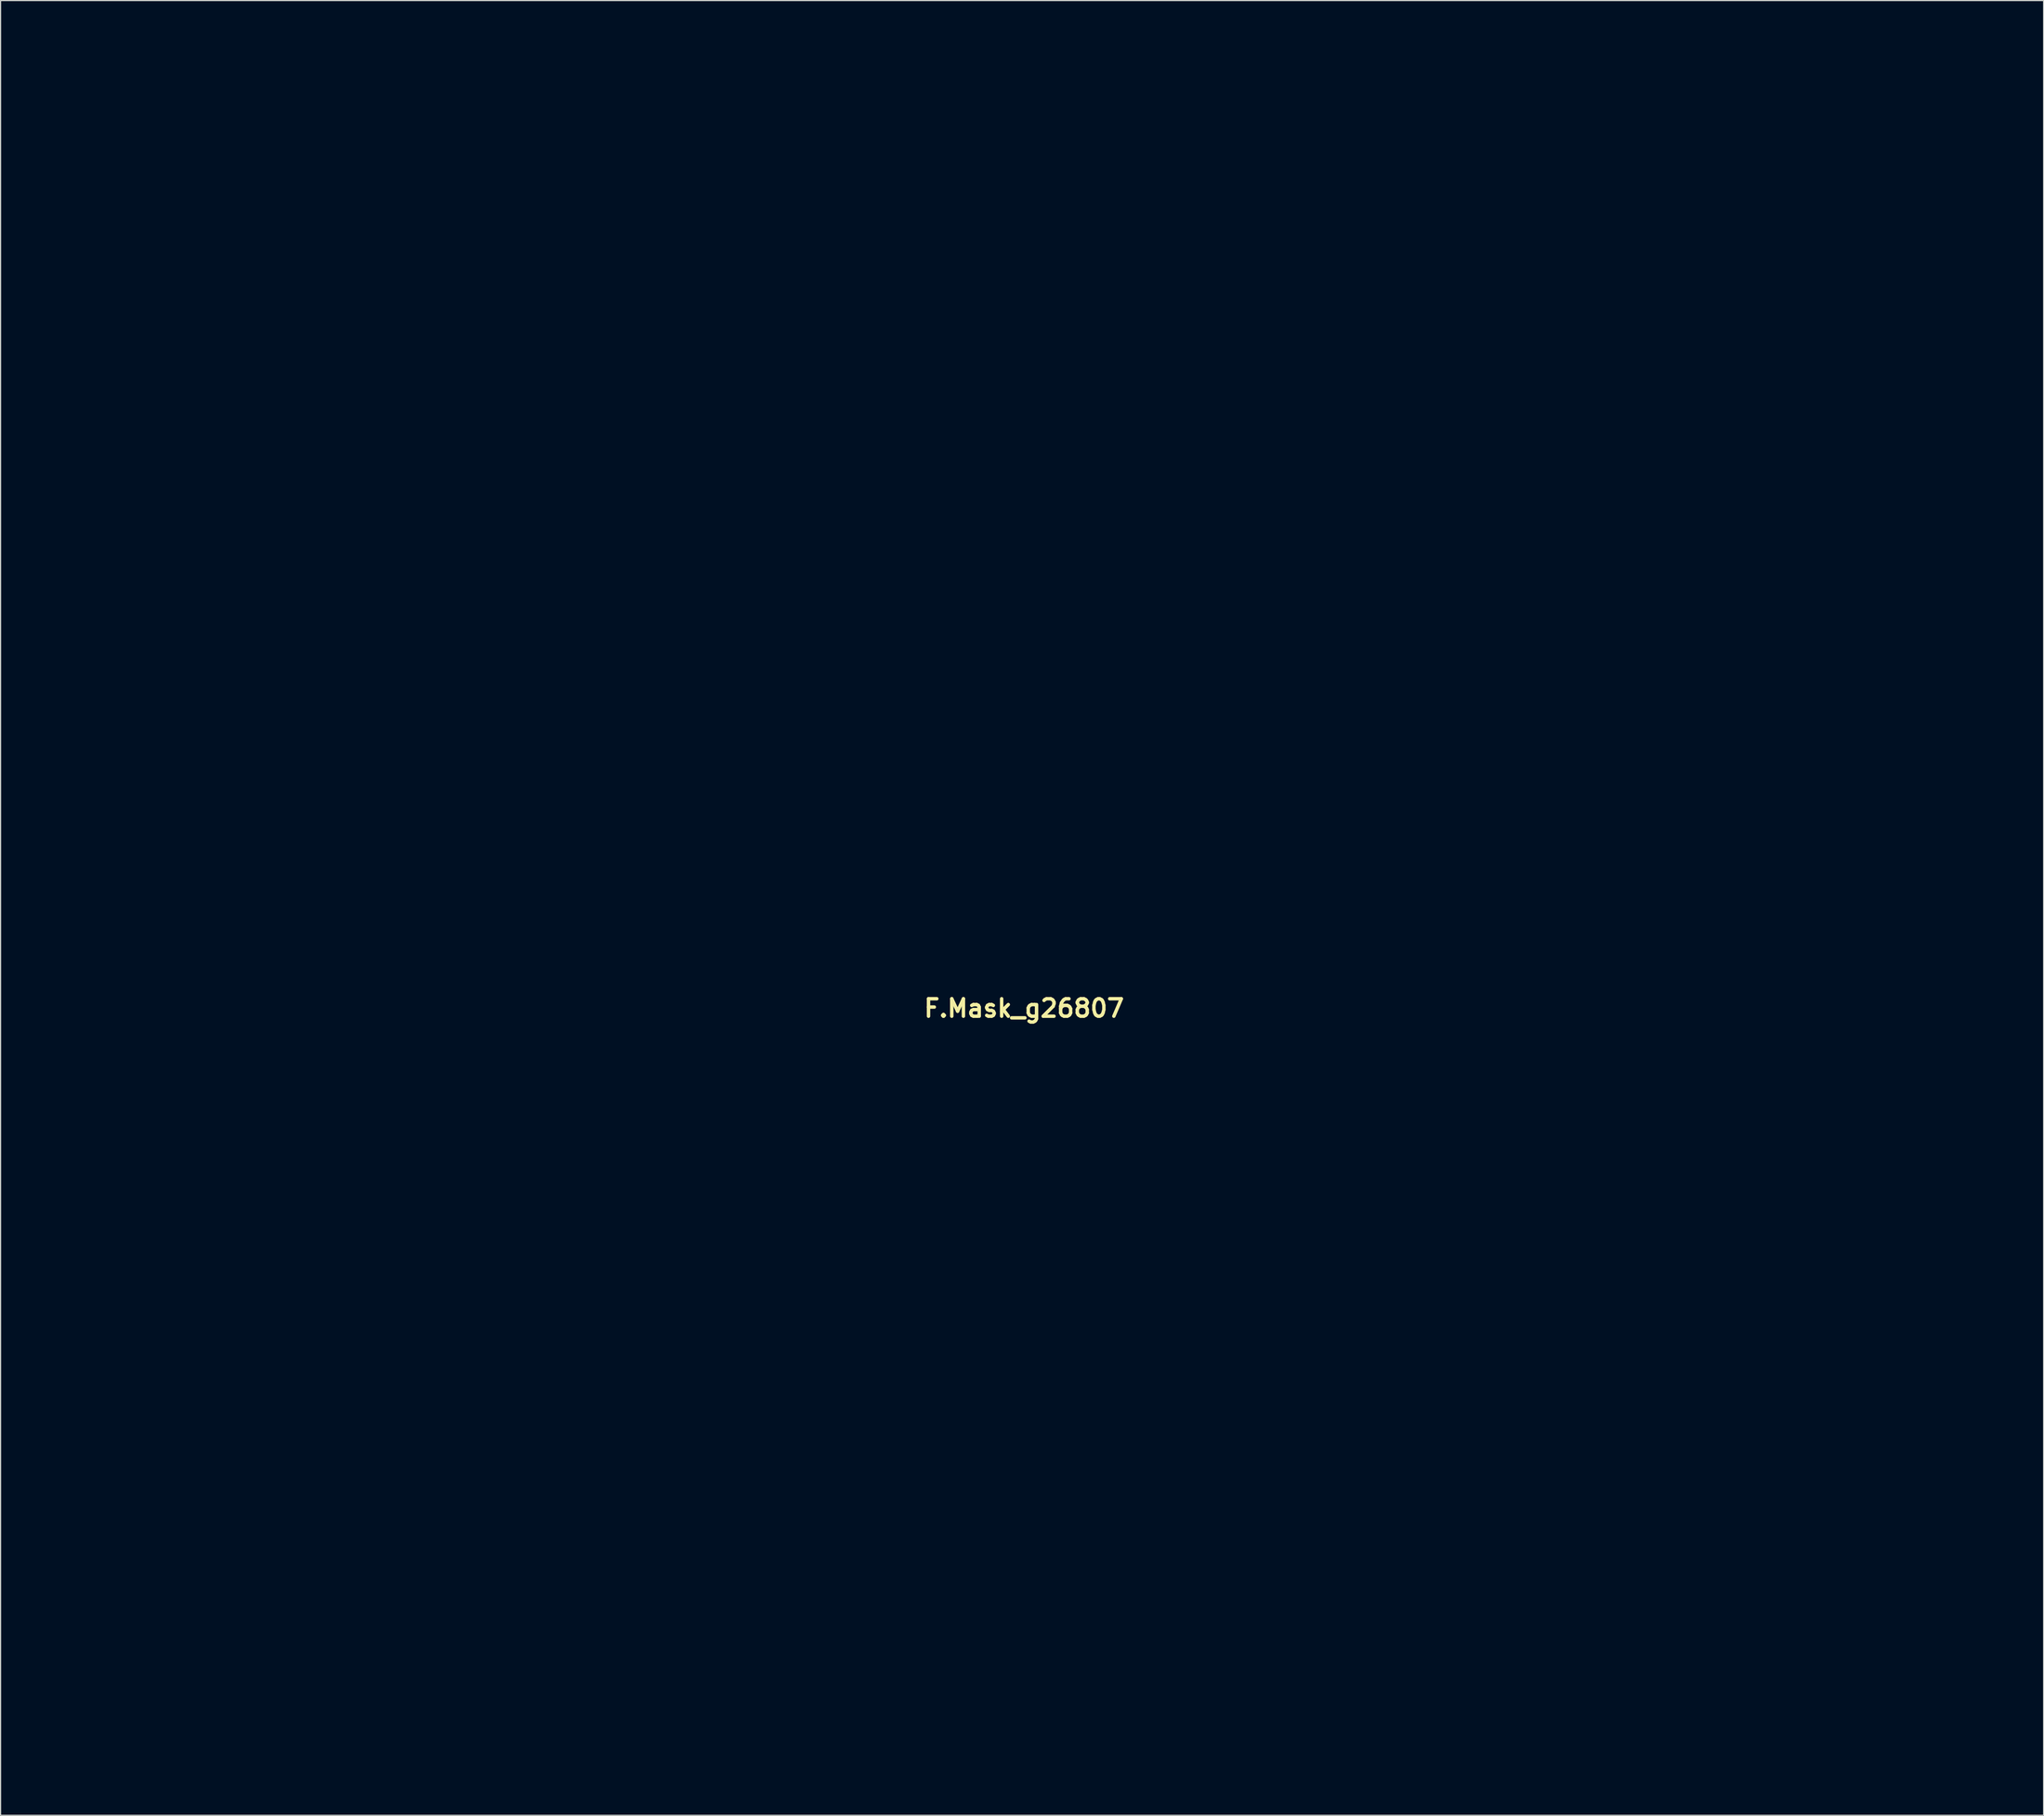
<source format=kicad_pcb>
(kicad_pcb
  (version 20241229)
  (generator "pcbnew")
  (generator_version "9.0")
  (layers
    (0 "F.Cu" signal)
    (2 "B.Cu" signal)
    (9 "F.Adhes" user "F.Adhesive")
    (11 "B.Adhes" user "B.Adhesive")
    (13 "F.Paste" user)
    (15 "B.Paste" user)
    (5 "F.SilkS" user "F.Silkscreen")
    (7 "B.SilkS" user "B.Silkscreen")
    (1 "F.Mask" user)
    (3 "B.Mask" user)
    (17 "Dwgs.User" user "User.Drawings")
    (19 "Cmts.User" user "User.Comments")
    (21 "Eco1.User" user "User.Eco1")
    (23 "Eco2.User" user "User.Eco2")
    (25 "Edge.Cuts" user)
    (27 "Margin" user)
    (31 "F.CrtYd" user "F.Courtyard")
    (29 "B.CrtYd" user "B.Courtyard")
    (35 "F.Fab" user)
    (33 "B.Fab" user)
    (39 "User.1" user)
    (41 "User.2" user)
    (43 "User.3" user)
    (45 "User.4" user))
  (footprint "F.Mask_g26807"
    (layer "F.Cu")
    (at 86.375 85.017)
    (property "Reference" "F.Mask_g26807" (at 0 0 0) (layer "F.SilkS") (effects (font (size 1.524 1.524) (thickness 0.3))))
    (attr through_hole)
    (fp_poly (pts (xy 1.164 61.532) (xy -33.189 61.532) (xy -33.189 59.986) (xy 1.164 59.986) (xy 1.164 61.532)) (stroke (width 0.01) (type solid)) (fill yes) (layer "F.Mask"))
    (fp_poly (pts (xy 85.979 -12.594) (xy 84.455 -12.594) (xy 84.455 -12.7) (xy 85.979 -12.7) (xy 85.979 -12.594)) (stroke (width 0.01) (type solid)) (fill yes) (layer "F.Mask"))
    (fp_poly (pts (xy 86.021 -28.554) (xy 84.413 -28.554) (xy 84.413 -30.141) (xy 86.021 -30.141) (xy 86.021 -28.554)) (stroke (width 0.01) (type solid)) (fill yes) (layer "F.Mask"))
    (fp_poly (pts (xy 86.021 -12.89) (xy 84.413 -12.89) (xy 84.413 -26.818) (xy 86.021 -26.818) (xy 86.021 -12.89)) (stroke (width 0.01) (type solid)) (fill yes) (layer "F.Mask"))
    (fp_poly (pts (xy 85.217 -4.286) (xy 86.022 -3.481) (xy 86.011 -1.757) (xy 85.212 -2.556) (xy 84.413 -3.355) (xy 84.413 -5.091) (xy 85.217 -4.286)) (stroke (width 0.01) (type solid)) (fill yes) (layer "F.Mask"))
    (fp_poly (pts (xy 54.749 -3.618) (xy 56.494 -1.873) (xy 55.335 -0.714) (xy 54.176 0.444) (xy 52.421 -1.311) (xy 50.666 -3.066) (xy 51.765 -4.155) (xy 51.946 -4.334) (xy 52.119 -4.505) (xy 52.283 -4.667) (xy 52.434 -4.816) (xy 52.57 -4.949) (xy 52.689 -5.065) (xy 52.787 -5.161) (xy 52.863 -5.235) (xy 52.913 -5.283) (xy 52.934 -5.303) (xy 53.005 -5.362) (xy 54.749 -3.618)) (stroke (width 0.01) (type solid)) (fill yes) (layer "F.Mask"))
    (fp_poly (pts (xy -36.629 -65.024) (xy -36.809 -64.844) (xy -36.988 -64.664) (xy -38.094 -64.664) (xy -38.306 -64.664) (xy -38.505 -64.665) (xy -38.686 -64.667) (xy -38.846 -64.668) (xy -38.982 -64.671) (xy -39.088 -64.673) (xy -39.161 -64.676) (xy -39.197 -64.679) (xy -39.201 -64.68) (xy -39.186 -64.698) (xy -39.144 -64.742) (xy -39.077 -64.81) (xy -38.989 -64.898) (xy -38.883 -65.005) (xy -38.76 -65.127) (xy -38.625 -65.26) (xy -38.48 -65.403) (xy -38.469 -65.414) (xy -37.737 -66.132) (xy -36.629 -65.024)) (stroke (width 0.01) (type solid)) (fill yes) (layer "F.Mask"))
    (fp_poly (pts (xy 55.432 -71.775) (xy 55.609 -71.6) (xy 55.777 -71.433) (xy 55.934 -71.277) (xy 56.077 -71.135) (xy 56.204 -71.008) (xy 56.312 -70.9) (xy 56.399 -70.812) (xy 56.463 -70.747) (xy 56.501 -70.707) (xy 56.511 -70.695) (xy 56.492 -70.691) (xy 56.433 -70.687) (xy 56.335 -70.684) (xy 56.202 -70.681) (xy 56.034 -70.679) (xy 55.835 -70.677) (xy 55.606 -70.676) (xy 55.411 -70.676) (xy 54.303 -70.677) (xy 52.123 -72.833) (xy 53.241 -72.834) (xy 54.36 -72.835) (xy 55.432 -71.775)) (stroke (width 0.01) (type solid)) (fill yes) (layer "F.Mask"))
    (fp_poly (pts (xy -75.394 -53.806) (xy -75.351 -53.764) (xy -75.28 -53.694) (xy -75.184 -53.599) (xy -75.065 -53.48) (xy -74.923 -53.339) (xy -74.76 -53.177) (xy -74.578 -52.996) (xy -74.378 -52.797) (xy -74.163 -52.582) (xy -73.932 -52.352) (xy -73.688 -52.108) (xy -73.433 -51.854) (xy -73.168 -51.588) (xy -72.894 -51.315) (xy -72.818 -51.238) (xy -70.231 -48.651) (xy -71.977 -46.905) (xy -74.565 -49.493) (xy -77.153 -52.081) (xy -76.284 -52.949) (xy -76.125 -53.107) (xy -75.976 -53.256) (xy -75.839 -53.393) (xy -75.716 -53.516) (xy -75.61 -53.622) (xy -75.523 -53.707) (xy -75.46 -53.771) (xy -75.421 -53.81) (xy -75.41 -53.821) (xy -75.394 -53.806)) (stroke (width 0.01) (type solid)) (fill yes) (layer "F.Mask"))
    (fp_poly (pts (xy -7.038 -6.921) (xy -7.202 -6.757) (xy -7.358 -6.603) (xy -7.502 -6.46) (xy -7.632 -6.331) (xy -7.745 -6.219) (xy -7.839 -6.126) (xy -7.912 -6.056) (xy -7.96 -6.01) (xy -7.981 -5.991) (xy -7.982 -5.99) (xy -7.996 -6.008) (xy -8.019 -6.055) (xy -8.041 -6.11) (xy -8.066 -6.171) (xy -8.097 -6.232) (xy -8.136 -6.298) (xy -8.187 -6.375) (xy -8.253 -6.465) (xy -8.337 -6.575) (xy -8.443 -6.707) (xy -8.572 -6.867) (xy -8.577 -6.873) (xy -8.684 -7.006) (xy -8.767 -7.111) (xy -8.829 -7.193) (xy -8.873 -7.257) (xy -8.902 -7.307) (xy -8.92 -7.348) (xy -8.928 -7.376) (xy -8.936 -7.504) (xy -8.907 -7.623) (xy -8.844 -7.725) (xy -8.751 -7.803) (xy -8.745 -7.806) (xy -8.662 -7.853) (xy -6.107 -7.853) (xy -7.038 -6.921)) (stroke (width 0.01) (type solid)) (fill yes) (layer "F.Mask"))
    (fp_poly (pts (xy 52.938 1.683) (xy 51.811 2.81) (xy 51.63 2.991) (xy 51.458 3.163) (xy 51.296 3.323) (xy 51.149 3.47) (xy 51.016 3.601) (xy 50.902 3.714) (xy 50.809 3.806) (xy 50.738 3.876) (xy 50.692 3.92) (xy 50.673 3.937) (xy 50.673 3.937) (xy 50.657 3.922) (xy 50.613 3.88) (xy 50.543 3.81) (xy 50.448 3.717) (xy 50.331 3.601) (xy 50.193 3.464) (xy 50.037 3.308) (xy 49.864 3.136) (xy 49.675 2.948) (xy 49.474 2.747) (xy 49.261 2.534) (xy 49.039 2.312) (xy 48.902 2.175) (xy 47.142 0.413) (xy 48.23 -0.663) (xy 48.409 -0.841) (xy 48.581 -1.01) (xy 48.743 -1.17) (xy 48.892 -1.316) (xy 49.025 -1.447) (xy 49.141 -1.56) (xy 49.236 -1.652) (xy 49.308 -1.722) (xy 49.355 -1.767) (xy 49.373 -1.783) (xy 49.428 -1.827) (xy 52.938 1.683)) (stroke (width 0.01) (type solid)) (fill yes) (layer "F.Mask"))
    (fp_poly (pts (xy 49.435 5.186) (xy 47.435 7.186) (xy 47.192 7.428) (xy 46.958 7.662) (xy 46.734 7.886) (xy 46.522 8.097) (xy 46.323 8.296) (xy 46.14 8.479) (xy 45.973 8.644) (xy 45.825 8.791) (xy 45.698 8.918) (xy 45.592 9.022) (xy 45.511 9.102) (xy 45.455 9.157) (xy 45.427 9.184) (xy 45.424 9.186) (xy 45.408 9.172) (xy 45.364 9.129) (xy 45.293 9.06) (xy 45.199 8.966) (xy 45.081 8.85) (xy 44.944 8.713) (xy 44.787 8.558) (xy 44.613 8.385) (xy 44.425 8.197) (xy 44.223 7.995) (xy 44.009 7.782) (xy 43.786 7.56) (xy 43.635 7.408) (xy 41.857 5.63) (xy 42.005 5.485) (xy 42.039 5.452) (xy 42.101 5.391) (xy 42.189 5.304) (xy 42.301 5.194) (xy 42.435 5.061) (xy 42.589 4.909) (xy 42.762 4.739) (xy 42.95 4.553) (xy 43.153 4.353) (xy 43.367 4.141) (xy 43.592 3.919) (xy 43.824 3.689) (xy 44.023 3.492) (xy 45.893 1.644) (xy 49.435 5.186)) (stroke (width 0.01) (type solid)) (fill yes) (layer "F.Mask"))
    (fp_poly (pts (xy -66.307 -37.042) (xy -66.305 -36.982) (xy -66.303 -36.886) (xy -66.301 -36.755) (xy -66.3 -36.595) (xy -66.298 -36.406) (xy -66.297 -36.193) (xy -66.296 -35.958) (xy -66.295 -35.704) (xy -66.294 -35.434) (xy -66.294 -35.151) (xy -66.294 -35.078) (xy -66.294 -33.094) (xy -67.083 -32.306) (xy -67.234 -32.155) (xy -67.376 -32.014) (xy -67.506 -31.885) (xy -67.622 -31.771) (xy -67.72 -31.674) (xy -67.798 -31.599) (xy -67.854 -31.546) (xy -67.883 -31.52) (xy -67.887 -31.517) (xy -67.889 -31.538) (xy -67.891 -31.598) (xy -67.893 -31.694) (xy -67.895 -31.825) (xy -67.897 -31.985) (xy -67.899 -32.174) (xy -67.9 -32.387) (xy -67.901 -32.622) (xy -67.902 -32.876) (xy -67.902 -33.146) (xy -67.903 -33.429) (xy -67.903 -33.502) (xy -67.903 -35.486) (xy -67.114 -36.274) (xy -66.963 -36.425) (xy -66.821 -36.566) (xy -66.691 -36.695) (xy -66.575 -36.809) (xy -66.477 -36.906) (xy -66.398 -36.981) (xy -66.343 -37.034) (xy -66.314 -37.06) (xy -66.31 -37.063) (xy -66.307 -37.042)) (stroke (width 0.01) (type solid)) (fill yes) (layer "F.Mask"))
    (fp_poly (pts (xy -66.307 -43.456) (xy -66.305 -43.396) (xy -66.303 -43.299) (xy -66.301 -43.169) (xy -66.3 -43.008) (xy -66.298 -42.82) (xy -66.297 -42.607) (xy -66.296 -42.373) (xy -66.295 -42.119) (xy -66.294 -41.85) (xy -66.294 -41.568) (xy -66.294 -41.513) (xy -66.294 -39.55) (xy -67.083 -38.761) (xy -67.234 -38.611) (xy -67.376 -38.47) (xy -67.506 -38.341) (xy -67.622 -38.227) (xy -67.72 -38.13) (xy -67.798 -38.055) (xy -67.854 -38.002) (xy -67.883 -37.976) (xy -67.887 -37.973) (xy -67.889 -37.994) (xy -67.891 -38.054) (xy -67.893 -38.15) (xy -67.895 -38.28) (xy -67.897 -38.441) (xy -67.899 -38.629) (xy -67.9 -38.842) (xy -67.901 -39.077) (xy -67.902 -39.33) (xy -67.902 -39.599) (xy -67.903 -39.881) (xy -67.903 -39.936) (xy -67.903 -41.9) (xy -67.114 -42.688) (xy -66.963 -42.839) (xy -66.821 -42.98) (xy -66.691 -43.109) (xy -66.575 -43.223) (xy -66.477 -43.319) (xy -66.398 -43.395) (xy -66.343 -43.447) (xy -66.314 -43.474) (xy -66.31 -43.476) (xy -66.307 -43.456)) (stroke (width 0.01) (type solid)) (fill yes) (layer "F.Mask"))
    (fp_poly (pts (xy -66.307 -30.586) (xy -66.305 -30.526) (xy -66.303 -30.43) (xy -66.301 -30.3) (xy -66.3 -30.14) (xy -66.298 -29.952) (xy -66.297 -29.739) (xy -66.296 -29.505) (xy -66.295 -29.253) (xy -66.294 -28.985) (xy -66.294 -28.704) (xy -66.294 -28.675) (xy -66.294 -26.744) (xy -67.083 -25.956) (xy -67.234 -25.805) (xy -67.376 -25.664) (xy -67.506 -25.535) (xy -67.622 -25.421) (xy -67.72 -25.324) (xy -67.798 -25.249) (xy -67.854 -25.196) (xy -67.883 -25.17) (xy -67.887 -25.167) (xy -67.889 -25.188) (xy -67.891 -25.248) (xy -67.893 -25.344) (xy -67.895 -25.474) (xy -67.897 -25.635) (xy -67.899 -25.822) (xy -67.9 -26.035) (xy -67.901 -26.269) (xy -67.902 -26.521) (xy -67.902 -26.789) (xy -67.903 -27.07) (xy -67.903 -27.099) (xy -67.903 -29.03) (xy -67.114 -29.819) (xy -66.963 -29.969) (xy -66.821 -30.11) (xy -66.691 -30.239) (xy -66.575 -30.353) (xy -66.477 -30.45) (xy -66.398 -30.525) (xy -66.343 -30.578) (xy -66.314 -30.604) (xy -66.31 -30.607) (xy -66.307 -30.586)) (stroke (width 0.01) (type solid)) (fill yes) (layer "F.Mask"))
    (fp_poly (pts (xy 40.629 6.894) (xy 40.674 6.937) (xy 40.745 7.006) (xy 40.841 7.099) (xy 40.958 7.215) (xy 41.097 7.352) (xy 41.254 7.508) (xy 41.428 7.681) (xy 41.618 7.869) (xy 41.82 8.071) (xy 42.034 8.284) (xy 42.257 8.506) (xy 42.407 8.657) (xy 44.185 10.435) (xy 43.328 11.292) (xy 43.171 11.45) (xy 43.022 11.598) (xy 42.884 11.734) (xy 42.76 11.855) (xy 42.654 11.959) (xy 42.567 12.043) (xy 42.502 12.105) (xy 42.462 12.141) (xy 42.45 12.15) (xy 42.432 12.135) (xy 42.387 12.092) (xy 42.315 12.023) (xy 42.219 11.929) (xy 42.101 11.813) (xy 41.962 11.676) (xy 41.805 11.52) (xy 41.63 11.347) (xy 41.441 11.159) (xy 41.238 10.958) (xy 41.025 10.744) (xy 40.801 10.522) (xy 40.651 10.371) (xy 38.873 8.592) (xy 39.734 7.736) (xy 39.892 7.579) (xy 40.041 7.431) (xy 40.179 7.295) (xy 40.303 7.174) (xy 40.409 7.07) (xy 40.496 6.986) (xy 40.561 6.925) (xy 40.6 6.888) (xy 40.612 6.879) (xy 40.629 6.894)) (stroke (width 0.01) (type solid)) (fill yes) (layer "F.Mask"))
    (fp_poly (pts (xy 37.65 9.837) (xy 37.695 9.879) (xy 37.765 9.948) (xy 37.86 10.042) (xy 37.977 10.158) (xy 38.115 10.295) (xy 38.271 10.451) (xy 38.445 10.623) (xy 38.634 10.812) (xy 38.836 11.013) (xy 39.05 11.226) (xy 39.273 11.45) (xy 39.433 11.61) (xy 41.222 13.398) (xy 40.905 13.716) (xy 40.81 13.81) (xy 40.726 13.893) (xy 40.657 13.96) (xy 40.606 14.008) (xy 40.58 14.031) (xy 40.577 14.033) (xy 40.56 14.018) (xy 40.516 13.977) (xy 40.449 13.914) (xy 40.364 13.832) (xy 40.263 13.734) (xy 40.15 13.625) (xy 40.09 13.566) (xy 39.909 13.39) (xy 39.753 13.239) (xy 39.618 13.112) (xy 39.5 13.002) (xy 39.394 12.907) (xy 39.295 12.822) (xy 39.199 12.743) (xy 39.102 12.666) (xy 39.014 12.6) (xy 38.567 12.289) (xy 38.095 12.014) (xy 37.604 11.774) (xy 37.095 11.572) (xy 36.571 11.408) (xy 36.408 11.366) (xy 36.124 11.296) (xy 36.874 10.559) (xy 37.021 10.415) (xy 37.16 10.279) (xy 37.286 10.156) (xy 37.397 10.048) (xy 37.491 9.958) (xy 37.563 9.888) (xy 37.612 9.842) (xy 37.634 9.823) (xy 37.634 9.822) (xy 37.65 9.837)) (stroke (width 0.01) (type solid)) (fill yes) (layer "F.Mask"))
    (fp_poly (pts (xy -77.71 -56.203) (xy -77.705 -56.185) (xy -77.703 -56.159) (xy -77.703 -56.156) (xy -77.689 -56.134) (xy -77.647 -56.087) (xy -77.583 -56.016) (xy -77.498 -55.927) (xy -77.398 -55.822) (xy -77.284 -55.706) (xy -77.174 -55.595) (xy -76.645 -55.064) (xy -77.507 -54.202) (xy -77.666 -54.044) (xy -77.815 -53.896) (xy -77.953 -53.76) (xy -78.077 -53.638) (xy -78.185 -53.533) (xy -78.273 -53.448) (xy -78.338 -53.386) (xy -78.379 -53.35) (xy -78.392 -53.34) (xy -78.411 -53.355) (xy -78.457 -53.396) (xy -78.525 -53.461) (xy -78.613 -53.545) (xy -78.717 -53.647) (xy -78.833 -53.762) (xy -78.958 -53.887) (xy -79.082 -54.013) (xy -79.197 -54.13) (xy -79.298 -54.235) (xy -79.382 -54.325) (xy -79.447 -54.395) (xy -79.488 -54.442) (xy -79.502 -54.464) (xy -79.487 -54.484) (xy -79.445 -54.531) (xy -79.379 -54.602) (xy -79.29 -54.695) (xy -79.181 -54.808) (xy -79.056 -54.936) (xy -78.916 -55.078) (xy -78.765 -55.23) (xy -78.623 -55.372) (xy -78.435 -55.56) (xy -78.274 -55.72) (xy -78.139 -55.854) (xy -78.027 -55.963) (xy -77.936 -56.05) (xy -77.864 -56.116) (xy -77.808 -56.164) (xy -77.767 -56.194) (xy -77.739 -56.21) (xy -77.72 -56.212) (xy -77.71 -56.203)) (stroke (width 0.01) (type solid)) (fill yes) (layer "F.Mask"))
    (fp_poly (pts (xy 58.182 -5.286) (xy 58.181 -5.026) (xy 58.179 -4.805) (xy 58.177 -4.619) (xy 58.175 -4.464) (xy 58.173 -4.337) (xy 58.171 -4.233) (xy 58.167 -4.151) (xy 58.163 -4.085) (xy 58.158 -4.032) (xy 58.152 -3.988) (xy 58.144 -3.95) (xy 58.136 -3.914) (xy 58.128 -3.885) (xy 58.094 -3.781) (xy 58.05 -3.664) (xy 58.003 -3.557) (xy 57.998 -3.547) (xy 57.954 -3.462) (xy 57.903 -3.374) (xy 57.85 -3.289) (xy 57.8 -3.215) (xy 57.759 -3.161) (xy 57.731 -3.134) (xy 57.726 -3.133) (xy 57.709 -3.147) (xy 57.664 -3.19) (xy 57.594 -3.259) (xy 57.499 -3.352) (xy 57.382 -3.468) (xy 57.244 -3.604) (xy 57.088 -3.758) (xy 56.916 -3.93) (xy 56.729 -4.116) (xy 56.529 -4.315) (xy 56.319 -4.525) (xy 56.099 -4.744) (xy 56.033 -4.81) (xy 55.812 -5.032) (xy 55.599 -5.245) (xy 55.397 -5.448) (xy 55.206 -5.639) (xy 55.031 -5.816) (xy 54.871 -5.977) (xy 54.729 -6.121) (xy 54.607 -6.244) (xy 54.507 -6.346) (xy 54.431 -6.424) (xy 54.38 -6.476) (xy 54.357 -6.502) (xy 54.356 -6.504) (xy 54.377 -6.506) (xy 54.437 -6.508) (xy 54.533 -6.51) (xy 54.663 -6.512) (xy 54.823 -6.514) (xy 55.011 -6.515) (xy 55.223 -6.517) (xy 55.457 -6.518) (xy 55.709 -6.519) (xy 55.976 -6.519) (xy 56.257 -6.519) (xy 58.19 -6.519) (xy 58.182 -5.286)) (stroke (width 0.01) (type solid)) (fill yes) (layer "F.Mask"))
    (fp_poly (pts (xy -80.706 -69.813) (xy -80.352 -69.459) (xy -80.022 -69.128) (xy -79.716 -68.82) (xy -79.434 -68.535) (xy -79.176 -68.275) (xy -78.944 -68.04) (xy -78.738 -67.83) (xy -78.558 -67.647) (xy -78.405 -67.49) (xy -78.28 -67.36) (xy -78.183 -67.258) (xy -78.115 -67.184) (xy -78.076 -67.14) (xy -78.068 -67.13) (xy -77.92 -66.873) (xy -77.812 -66.608) (xy -77.746 -66.348) (xy -77.742 -66.3) (xy -77.738 -66.211) (xy -77.734 -66.082) (xy -77.731 -65.913) (xy -77.729 -65.706) (xy -77.727 -65.461) (xy -77.725 -65.18) (xy -77.724 -64.863) (xy -77.724 -64.513) (xy -77.724 -64.496) (xy -77.724 -62.77) (xy -78.814 -61.68) (xy -79.904 -60.59) (xy -79.904 -63.183) (xy -79.904 -63.624) (xy -79.905 -64.024) (xy -79.906 -64.383) (xy -79.907 -64.702) (xy -79.908 -64.98) (xy -79.91 -65.22) (xy -79.913 -65.42) (xy -79.915 -65.582) (xy -79.918 -65.707) (xy -79.921 -65.795) (xy -79.925 -65.847) (xy -79.927 -65.86) (xy -79.933 -65.873) (xy -79.944 -65.891) (xy -79.963 -65.916) (xy -79.991 -65.949) (xy -80.028 -65.991) (xy -80.076 -66.044) (xy -80.135 -66.108) (xy -80.208 -66.184) (xy -80.295 -66.275) (xy -80.398 -66.38) (xy -80.517 -66.501) (xy -80.653 -66.64) (xy -80.809 -66.798) (xy -80.984 -66.975) (xy -81.18 -67.172) (xy -81.399 -67.392) (xy -81.641 -67.635) (xy -81.907 -67.902) (xy -82.199 -68.195) (xy -82.518 -68.514) (xy -82.864 -68.861) (xy -83.16 -69.157) (xy -86.37 -72.369) (xy -83.258 -72.369) (xy -80.706 -69.813)) (stroke (width 0.01) (type solid)) (fill yes) (layer "F.Mask"))
    (fp_poly (pts (xy -66.294 -47.265) (xy -65.659 -47.265) (xy -65.5 -47.265) (xy -65.355 -47.263) (xy -65.231 -47.261) (xy -65.131 -47.258) (xy -65.061 -47.255) (xy -65.027 -47.251) (xy -65.024 -47.249) (xy -65.039 -47.233) (xy -65.081 -47.189) (xy -65.148 -47.12) (xy -65.237 -47.03) (xy -65.346 -46.919) (xy -65.473 -46.792) (xy -65.614 -46.65) (xy -65.767 -46.496) (xy -65.93 -46.332) (xy -66.1 -46.162) (xy -66.275 -45.988) (xy -66.451 -45.811) (xy -66.627 -45.636) (xy -66.8 -45.464) (xy -66.967 -45.297) (xy -67.126 -45.14) (xy -67.274 -44.993) (xy -67.409 -44.859) (xy -67.528 -44.742) (xy -67.628 -44.644) (xy -67.707 -44.567) (xy -67.903 -44.377) (xy -67.903 -44.741) (xy -68.575 -44.755) (xy -68.746 -44.759) (xy -68.909 -44.764) (xy -69.059 -44.77) (xy -69.187 -44.776) (xy -69.289 -44.782) (xy -69.357 -44.788) (xy -69.374 -44.79) (xy -69.64 -44.856) (xy -69.893 -44.961) (xy -70.112 -45.091) (xy -70.167 -45.132) (xy -70.238 -45.191) (xy -70.32 -45.264) (xy -70.407 -45.343) (xy -70.494 -45.425) (xy -70.574 -45.502) (xy -70.641 -45.571) (xy -70.69 -45.625) (xy -70.716 -45.658) (xy -70.718 -45.665) (xy -70.703 -45.683) (xy -70.661 -45.729) (xy -70.595 -45.8) (xy -70.506 -45.892) (xy -70.398 -46.003) (xy -70.273 -46.13) (xy -70.134 -46.271) (xy -69.984 -46.422) (xy -69.857 -46.549) (xy -68.996 -47.41) (xy -68.913 -47.343) (xy -68.83 -47.276) (xy -68.366 -47.269) (xy -67.903 -47.263) (xy -67.903 -48.504) (xy -67.098 -49.308) (xy -66.294 -50.112) (xy -66.294 -47.265)) (stroke (width 0.01) (type solid)) (fill yes) (layer "F.Mask"))
    (fp_poly (pts (xy 4.581 0.02) (xy 4.965 0.404) (xy 5.341 0.779) (xy 5.707 1.147) (xy 6.064 1.504) (xy 6.41 1.85) (xy 6.743 2.185) (xy 7.063 2.506) (xy 7.369 2.812) (xy 7.659 3.104) (xy 7.933 3.379) (xy 8.189 3.636) (xy 8.426 3.875) (xy 8.643 4.094) (xy 8.839 4.292) (xy 9.014 4.467) (xy 9.164 4.62) (xy 9.291 4.749) (xy 9.392 4.852) (xy 9.467 4.929) (xy 9.514 4.978) (xy 9.533 4.999) (xy 9.533 4.999) (xy 9.511 5.002) (xy 9.449 5.004) (xy 9.351 5.007) (xy 9.22 5.009) (xy 9.058 5.011) (xy 8.868 5.012) (xy 8.654 5.014) (xy 8.419 5.015) (xy 8.165 5.016) (xy 7.895 5.017) (xy 7.612 5.017) (xy 7.561 5.017) (xy 5.599 5.018) (xy 3.082 2.495) (xy 2.729 2.14) (xy 2.404 1.814) (xy 2.108 1.516) (xy 1.84 1.246) (xy 1.6 1.003) (xy 1.385 0.786) (xy 1.197 0.594) (xy 1.033 0.427) (xy 0.894 0.283) (xy 0.778 0.163) (xy 0.685 0.065) (xy 0.614 -0.011) (xy 0.564 -0.067) (xy 0.535 -0.102) (xy 0.527 -0.115) (xy 0.518 -0.137) (xy 0.51 -0.163) (xy 0.504 -0.197) (xy 0.499 -0.242) (xy 0.495 -0.302) (xy 0.492 -0.381) (xy 0.49 -0.483) (xy 0.489 -0.611) (xy 0.488 -0.77) (xy 0.488 -0.963) (xy 0.487 -1.194) (xy 0.487 -1.229) (xy 0.487 -1.469) (xy 0.486 -1.671) (xy 0.485 -1.838) (xy 0.484 -1.974) (xy 0.481 -2.083) (xy 0.478 -2.168) (xy 0.474 -2.234) (xy 0.469 -2.285) (xy 0.462 -2.323) (xy 0.455 -2.354) (xy 0.452 -2.362) (xy 0.441 -2.389) (xy 0.425 -2.419) (xy 0.4 -2.456) (xy 0.364 -2.501) (xy 0.315 -2.557) (xy 0.249 -2.628) (xy 0.164 -2.717) (xy 0.059 -2.826) (xy -0.072 -2.958) (xy -0.228 -3.116) (xy -0.273 -3.161) (xy -0.416 -3.305) (xy -0.554 -3.44) (xy -0.681 -3.565) (xy -0.795 -3.675) (xy -0.892 -3.768) (xy -0.97 -3.839) (xy -1.024 -3.887) (xy -1.048 -3.905) (xy -1.125 -3.943) (xy -1.209 -3.975) (xy -1.226 -3.979) (xy -1.319 -4.004) (xy -0.381 -4.942) (xy 4.581 0.02)) (stroke (width 0.01) (type solid)) (fill yes) (layer "F.Mask"))
    (fp_poly (pts (xy -16.675 -25.765) (xy -16.668 -25.326) (xy -17.677 -24.312) (xy -18.686 -23.298) (xy -18.873 -23.36) (xy -19.061 -23.421) (xy -23.167 -23.421) (xy -23.256 -23.373) (xy -23.388 -23.281) (xy -23.49 -23.164) (xy -23.557 -23.028) (xy -23.587 -22.879) (xy -23.588 -22.839) (xy -23.588 -22.795) (xy -23.587 -22.755) (xy -23.584 -22.718) (xy -23.576 -22.681) (xy -23.563 -22.642) (xy -23.542 -22.599) (xy -23.512 -22.55) (xy -23.471 -22.493) (xy -23.417 -22.426) (xy -23.348 -22.347) (xy -23.263 -22.254) (xy -23.161 -22.145) (xy -23.038 -22.017) (xy -22.895 -21.869) (xy -22.728 -21.699) (xy -22.536 -21.504) (xy -22.318 -21.283) (xy -22.12 -21.082) (xy -21.913 -20.872) (xy -21.709 -20.664) (xy -21.509 -20.462) (xy -21.319 -20.268) (xy -21.139 -20.085) (xy -20.972 -19.917) (xy -20.822 -19.764) (xy -20.692 -19.631) (xy -20.583 -19.52) (xy -20.498 -19.434) (xy -20.448 -19.383) (xy -20.142 -19.07) (xy -21.157 -18.054) (xy -21.329 -17.883) (xy -21.492 -17.72) (xy -21.644 -17.57) (xy -21.783 -17.433) (xy -21.906 -17.312) (xy -22.01 -17.211) (xy -22.093 -17.131) (xy -22.153 -17.074) (xy -22.187 -17.044) (xy -22.193 -17.039) (xy -22.211 -17.054) (xy -22.256 -17.097) (xy -22.328 -17.165) (xy -22.423 -17.259) (xy -22.541 -17.374) (xy -22.679 -17.51) (xy -22.835 -17.664) (xy -23.007 -17.835) (xy -23.193 -18.02) (xy -23.392 -18.218) (xy -23.602 -18.427) (xy -23.82 -18.644) (xy -23.85 -18.674) (xy -25.485 -20.31) (xy -25.485 -22.811) (xy -25.485 -23.232) (xy -25.484 -23.612) (xy -25.483 -23.952) (xy -25.482 -24.254) (xy -25.481 -24.518) (xy -25.479 -24.745) (xy -25.477 -24.938) (xy -25.475 -25.098) (xy -25.472 -25.224) (xy -25.469 -25.32) (xy -25.465 -25.386) (xy -25.461 -25.423) (xy -25.461 -25.425) (xy -25.401 -25.609) (xy -25.305 -25.776) (xy -25.179 -25.923) (xy -25.028 -26.043) (xy -24.857 -26.132) (xy -24.683 -26.183) (xy -24.646 -26.186) (xy -24.567 -26.189) (xy -24.448 -26.191) (xy -24.288 -26.193) (xy -24.088 -26.195) (xy -23.849 -26.197) (xy -23.572 -26.199) (xy -23.256 -26.2) (xy -22.904 -26.202) (xy -22.515 -26.203) (xy -22.089 -26.203) (xy -21.629 -26.204) (xy -21.134 -26.204) (xy -20.626 -26.204) (xy -16.682 -26.204) (xy -16.675 -25.765)) (stroke (width 0.01) (type solid)) (fill yes) (layer "F.Mask"))
    (fp_poly (pts (xy 15.928 11.372) (xy 16.294 11.738) (xy 16.631 12.075) (xy 16.94 12.385) (xy 17.224 12.669) (xy 17.482 12.928) (xy 17.716 13.164) (xy 17.928 13.377) (xy 18.118 13.569) (xy 18.288 13.742) (xy 18.44 13.896) (xy 18.573 14.033) (xy 18.69 14.154) (xy 18.792 14.261) (xy 18.88 14.354) (xy 18.955 14.435) (xy 19.018 14.506) (xy 19.07 14.567) (xy 19.114 14.62) (xy 19.149 14.666) (xy 19.178 14.706) (xy 19.201 14.742) (xy 19.22 14.775) (xy 19.236 14.807) (xy 19.25 14.838) (xy 19.263 14.869) (xy 19.276 14.902) (xy 19.297 14.956) (xy 19.315 15.007) (xy 19.331 15.059) (xy 19.344 15.116) (xy 19.356 15.18) (xy 19.365 15.255) (xy 19.372 15.345) (xy 19.378 15.452) (xy 19.382 15.58) (xy 19.385 15.732) (xy 19.387 15.912) (xy 19.388 16.124) (xy 19.388 16.369) (xy 19.389 16.653) (xy 19.389 16.761) (xy 19.389 18.172) (xy 18.007 19.553) (xy 17.771 19.789) (xy 17.564 19.996) (xy 17.383 20.176) (xy 17.226 20.332) (xy 17.091 20.465) (xy 16.978 20.577) (xy 16.883 20.668) (xy 16.806 20.742) (xy 16.743 20.8) (xy 16.694 20.844) (xy 16.657 20.875) (xy 16.629 20.895) (xy 16.61 20.906) (xy 16.597 20.909) (xy 16.587 20.907) (xy 16.586 20.906) (xy 16.562 20.884) (xy 16.558 20.856) (xy 16.572 20.807) (xy 16.576 20.794) (xy 16.581 20.759) (xy 16.586 20.685) (xy 16.59 20.575) (xy 16.593 20.433) (xy 16.597 20.263) (xy 16.6 20.067) (xy 16.602 19.849) (xy 16.604 19.613) (xy 16.606 19.361) (xy 16.607 19.098) (xy 16.608 18.826) (xy 16.608 18.55) (xy 16.608 18.272) (xy 16.608 17.995) (xy 16.607 17.724) (xy 16.606 17.462) (xy 16.604 17.212) (xy 16.602 16.977) (xy 16.6 16.762) (xy 16.597 16.568) (xy 16.593 16.4) (xy 16.59 16.261) (xy 16.586 16.155) (xy 16.581 16.085) (xy 16.577 16.055) (xy 16.569 16.042) (xy 16.553 16.019) (xy 16.526 15.988) (xy 16.488 15.945) (xy 16.438 15.891) (xy 16.375 15.824) (xy 16.299 15.743) (xy 16.207 15.648) (xy 16.099 15.537) (xy 15.974 15.409) (xy 15.831 15.264) (xy 15.669 15.1) (xy 15.487 14.916) (xy 15.285 14.712) (xy 15.06 14.486) (xy 14.813 14.237) (xy 14.541 13.965) (xy 14.245 13.668) (xy 13.923 13.345) (xy 13.575 12.996) (xy 13.198 12.619) (xy 12.793 12.213) (xy 12.687 12.107) (xy 12.349 11.769) (xy 12.019 11.439) (xy 11.699 11.117) (xy 11.388 10.806) (xy 11.089 10.507) (xy 10.804 10.22) (xy 10.532 9.948) (xy 10.275 9.691) (xy 10.036 9.45) (xy 9.814 9.227) (xy 9.611 9.023) (xy 9.429 8.84) (xy 9.268 8.678) (xy 9.13 8.539) (xy 9.017 8.424) (xy 8.928 8.334) (xy 8.867 8.271) (xy 8.833 8.236) (xy 8.826 8.228) (xy 8.847 8.226) (xy 8.907 8.224) (xy 9.004 8.222) (xy 9.134 8.22) (xy 9.295 8.218) (xy 9.483 8.217) (xy 9.696 8.215) (xy 9.931 8.214) (xy 10.184 8.213) (xy 10.454 8.213) (xy 10.737 8.213) (xy 10.8 8.213) (xy 12.774 8.213) (xy 15.928 11.372)) (stroke (width 0.01) (type solid)) (fill yes) (layer "F.Mask"))
    (fp_poly (pts (xy 8.911 -83.46) (xy -3.879 -83.46) (xy -4.812 -83.46) (xy -5.715 -83.46) (xy -6.586 -83.459) (xy -7.426 -83.459) (xy -8.233 -83.459) (xy -9.008 -83.458) (xy -9.75 -83.458) (xy -10.458 -83.458) (xy -11.132 -83.457) (xy -11.771 -83.456) (xy -12.376 -83.456) (xy -12.945 -83.455) (xy -13.478 -83.454) (xy -13.974 -83.453) (xy -14.434 -83.452) (xy -14.856 -83.451) (xy -15.24 -83.45) (xy -15.587 -83.449) (xy -15.894 -83.448) (xy -16.162 -83.447) (xy -16.391 -83.445) (xy -16.579 -83.444) (xy -16.727 -83.443) (xy -16.833 -83.441) (xy -16.898 -83.44) (xy -16.917 -83.439) (xy -17.037 -83.427) (xy -17.16 -83.412) (xy -17.271 -83.396) (xy -17.33 -83.385) (xy -17.61 -83.311) (xy -17.894 -83.203) (xy -18.171 -83.068) (xy -18.428 -82.911) (xy -18.504 -82.857) (xy -18.531 -82.835) (xy -18.579 -82.791) (xy -18.65 -82.725) (xy -18.743 -82.636) (xy -18.858 -82.525) (xy -18.997 -82.391) (xy -19.159 -82.234) (xy -19.345 -82.053) (xy -19.555 -81.848) (xy -19.79 -81.619) (xy -20.05 -81.365) (xy -20.334 -81.086) (xy -20.645 -80.781) (xy -20.981 -80.451) (xy -21.344 -80.094) (xy -21.734 -79.711) (xy -22.15 -79.301) (xy -22.594 -78.864) (xy -23.066 -78.399) (xy -23.566 -77.906) (xy -24.095 -77.386) (xy -24.652 -76.836) (xy -25.239 -76.257) (xy -25.855 -75.65) (xy -26.071 -75.436) (xy -26.545 -74.968) (xy -27.014 -74.506) (xy -27.475 -74.051) (xy -27.928 -73.603) (xy -28.373 -73.164) (xy -28.808 -72.735) (xy -29.231 -72.317) (xy -29.643 -71.911) (xy -30.043 -71.517) (xy -30.428 -71.136) (xy -30.798 -70.771) (xy -31.153 -70.421) (xy -31.491 -70.087) (xy -31.811 -69.771) (xy -32.113 -69.473) (xy -32.394 -69.195) (xy -32.655 -68.938) (xy -32.894 -68.701) (xy -33.111 -68.488) (xy -33.304 -68.297) (xy -33.472 -68.131) (xy -33.615 -67.99) (xy -33.73 -67.876) (xy -33.819 -67.788) (xy -33.878 -67.729) (xy -33.899 -67.709) (xy -34.343 -67.268) (xy -34.9 -67.825) (xy -35.457 -68.382) (xy -28.275 -75.472) (xy -27.668 -76.071) (xy -27.091 -76.641) (xy -26.542 -77.182) (xy -26.021 -77.696) (xy -25.528 -78.184) (xy -25.061 -78.645) (xy -24.619 -79.081) (xy -24.203 -79.492) (xy -23.81 -79.879) (xy -23.441 -80.243) (xy -23.095 -80.585) (xy -22.771 -80.905) (xy -22.467 -81.204) (xy -22.185 -81.483) (xy -21.922 -81.742) (xy -21.678 -81.983) (xy -21.452 -82.205) (xy -21.244 -82.41) (xy -21.052 -82.599) (xy -20.877 -82.771) (xy -20.716 -82.929) (xy -20.571 -83.072) (xy -20.439 -83.201) (xy -20.32 -83.318) (xy -20.213 -83.422) (xy -20.118 -83.515) (xy -20.033 -83.597) (xy -19.959 -83.669) (xy -19.894 -83.731) (xy -19.837 -83.786) (xy -19.789 -83.832) (xy -19.747 -83.871) (xy -19.712 -83.904) (xy -19.682 -83.931) (xy -19.657 -83.953) (xy -19.636 -83.971) (xy -19.619 -83.986) (xy -19.604 -83.998) (xy -19.591 -84.008) (xy -19.579 -84.016) (xy -19.568 -84.024) (xy -19.556 -84.032) (xy -19.543 -84.042) (xy -19.528 -84.052) (xy -19.521 -84.058) (xy -19.162 -84.301) (xy -18.778 -84.512) (xy -18.372 -84.687) (xy -17.946 -84.826) (xy -17.575 -84.915) (xy -17.283 -84.974) (xy -4.186 -84.979) (xy 8.911 -84.984) (xy 8.911 -83.46)) (stroke (width 0.01) (type solid)) (fill yes) (layer "F.Mask"))
    (fp_poly (pts (xy 71.527 -55.818) (xy 72.158 -55.192) (xy 72.781 -54.574) (xy 73.397 -53.963) (xy 74.005 -53.36) (xy 74.604 -52.766) (xy 75.193 -52.182) (xy 75.771 -51.608) (xy 76.339 -51.046) (xy 76.894 -50.494) (xy 77.437 -49.955) (xy 77.967 -49.43) (xy 78.483 -48.918) (xy 78.984 -48.42) (xy 79.471 -47.937) (xy 79.941 -47.47) (xy 80.394 -47.02) (xy 80.83 -46.587) (xy 81.248 -46.172) (xy 81.648 -45.775) (xy 82.028 -45.397) (xy 82.388 -45.04) (xy 82.727 -44.703) (xy 83.044 -44.387) (xy 83.34 -44.093) (xy 83.612 -43.822) (xy 83.861 -43.574) (xy 84.086 -43.351) (xy 84.285 -43.152) (xy 84.46 -42.978) (xy 84.607 -42.831) (xy 84.728 -42.71) (xy 84.821 -42.617) (xy 84.885 -42.552) (xy 84.921 -42.515) (xy 84.927 -42.509) (xy 85.195 -42.178) (xy 85.428 -41.825) (xy 85.625 -41.452) (xy 85.783 -41.063) (xy 85.903 -40.658) (xy 85.982 -40.24) (xy 85.999 -40.106) (xy 86.002 -40.055) (xy 86.005 -39.961) (xy 86.008 -39.825) (xy 86.01 -39.647) (xy 86.013 -39.426) (xy 86.014 -39.164) (xy 86.016 -38.859) (xy 86.018 -38.512) (xy 86.019 -38.123) (xy 86.02 -37.691) (xy 86.021 -37.217) (xy 86.021 -36.701) (xy 86.021 -36.143) (xy 86.021 -35.9) (xy 86.021 -31.898) (xy 84.413 -31.898) (xy 84.407 -35.999) (xy 84.402 -40.1) (xy 84.345 -40.312) (xy 84.283 -40.52) (xy 84.215 -40.71) (xy 84.136 -40.886) (xy 84.042 -41.055) (xy 83.929 -41.223) (xy 83.795 -41.395) (xy 83.635 -41.577) (xy 83.446 -41.776) (xy 83.366 -41.856) (xy 83.331 -41.891) (xy 83.266 -41.955) (xy 83.173 -42.048) (xy 83.052 -42.168) (xy 82.903 -42.315) (xy 82.729 -42.488) (xy 82.528 -42.688) (xy 82.302 -42.912) (xy 82.052 -43.16) (xy 81.777 -43.432) (xy 81.48 -43.727) (xy 81.161 -44.043) (xy 80.82 -44.382) (xy 80.458 -44.741) (xy 80.075 -45.12) (xy 79.673 -45.518) (xy 79.253 -45.936) (xy 78.814 -46.371) (xy 78.358 -46.823) (xy 77.885 -47.292) (xy 77.396 -47.777) (xy 76.892 -48.277) (xy 76.373 -48.792) (xy 75.84 -49.32) (xy 75.294 -49.861) (xy 74.735 -50.415) (xy 74.165 -50.981) (xy 73.584 -51.557) (xy 72.992 -52.144) (xy 72.39 -52.741) (xy 71.78 -53.346) (xy 71.161 -53.96) (xy 70.534 -54.581) (xy 69.901 -55.209) (xy 69.517 -55.59) (xy 68.882 -56.219) (xy 68.255 -56.841) (xy 67.636 -57.455) (xy 67.026 -58.06) (xy 66.424 -58.656) (xy 65.834 -59.242) (xy 65.253 -59.818) (xy 64.684 -60.382) (xy 64.128 -60.934) (xy 63.584 -61.474) (xy 63.053 -62) (xy 62.536 -62.512) (xy 62.035 -63.01) (xy 61.548 -63.493) (xy 61.078 -63.959) (xy 60.625 -64.409) (xy 60.188 -64.842) (xy 59.771 -65.256) (xy 59.372 -65.652) (xy 58.992 -66.029) (xy 58.632 -66.386) (xy 58.294 -66.722) (xy 57.977 -67.037) (xy 57.682 -67.329) (xy 57.41 -67.599) (xy 57.161 -67.846) (xy 56.937 -68.069) (xy 56.737 -68.267) (xy 56.563 -68.44) (xy 56.415 -68.587) (xy 56.294 -68.708) (xy 56.201 -68.801) (xy 56.136 -68.866) (xy 56.099 -68.902) (xy 56.092 -68.91) (xy 56.112 -68.912) (xy 56.171 -68.913) (xy 56.265 -68.915) (xy 56.389 -68.916) (xy 56.539 -68.917) (xy 56.713 -68.918) (xy 56.905 -68.918) (xy 57.113 -68.919) (xy 57.202 -68.919) (xy 58.313 -68.919) (xy 71.527 -55.818)) (stroke (width 0.01) (type solid)) (fill yes) (layer "F.Mask"))
    (fp_poly (pts (xy 26.508 -84.998) (xy 27.44 -84.998) (xy 28.332 -84.997) (xy 29.182 -84.996) (xy 29.994 -84.995) (xy 30.767 -84.994) (xy 31.502 -84.994) (xy 32.201 -84.993) (xy 32.864 -84.992) (xy 33.493 -84.992) (xy 34.087 -84.991) (xy 34.65 -84.99) (xy 35.18 -84.989) (xy 35.68 -84.989) (xy 36.15 -84.988) (xy 36.591 -84.987) (xy 37.005 -84.986) (xy 37.391 -84.985) (xy 37.752 -84.984) (xy 38.087 -84.982) (xy 38.399 -84.981) (xy 38.687 -84.979) (xy 38.953 -84.978) (xy 39.199 -84.976) (xy 39.424 -84.974) (xy 39.63 -84.972) (xy 39.818 -84.969) (xy 39.988 -84.967) (xy 40.143 -84.964) (xy 40.281 -84.961) (xy 40.406 -84.958) (xy 40.517 -84.955) (xy 40.616 -84.951) (xy 40.703 -84.948) (xy 40.78 -84.944) (xy 40.847 -84.939) (xy 40.906 -84.935) (xy 40.957 -84.93) (xy 41.002 -84.925) (xy 41.041 -84.919) (xy 41.075 -84.914) (xy 41.105 -84.908) (xy 41.133 -84.901) (xy 41.158 -84.894) (xy 41.183 -84.887) (xy 41.208 -84.88) (xy 41.235 -84.872) (xy 41.263 -84.864) (xy 41.294 -84.855) (xy 41.322 -84.848) (xy 41.745 -84.721) (xy 42.153 -84.555) (xy 42.544 -84.352) (xy 42.912 -84.113) (xy 43.106 -83.967) (xy 43.14 -83.937) (xy 43.201 -83.879) (xy 43.29 -83.795) (xy 43.403 -83.685) (xy 43.54 -83.553) (xy 43.698 -83.399) (xy 43.876 -83.225) (xy 44.071 -83.034) (xy 44.283 -82.826) (xy 44.51 -82.603) (xy 44.749 -82.367) (xy 45 -82.119) (xy 45.26 -81.862) (xy 45.528 -81.597) (xy 45.741 -81.385) (xy 46.058 -81.071) (xy 46.395 -80.736) (xy 46.75 -80.385) (xy 47.116 -80.022) (xy 47.491 -79.65) (xy 47.871 -79.273) (xy 48.25 -78.897) (xy 48.626 -78.525) (xy 48.993 -78.16) (xy 49.348 -77.808) (xy 49.687 -77.472) (xy 50.006 -77.156) (xy 50.3 -76.865) (xy 50.393 -76.772) (xy 50.646 -76.521) (xy 50.892 -76.277) (xy 51.127 -76.043) (xy 51.351 -75.821) (xy 51.561 -75.612) (xy 51.757 -75.418) (xy 51.935 -75.241) (xy 52.096 -75.081) (xy 52.236 -74.941) (xy 52.354 -74.823) (xy 52.45 -74.728) (xy 52.52 -74.658) (xy 52.563 -74.614) (xy 52.578 -74.598) (xy 52.578 -74.598) (xy 52.557 -74.597) (xy 52.499 -74.596) (xy 52.405 -74.595) (xy 52.281 -74.594) (xy 52.13 -74.593) (xy 51.956 -74.593) (xy 51.764 -74.592) (xy 51.556 -74.592) (xy 51.461 -74.593) (xy 50.345 -74.594) (xy 47.339 -77.578) (xy 46.868 -78.046) (xy 46.425 -78.486) (xy 46.01 -78.897) (xy 45.623 -79.282) (xy 45.261 -79.641) (xy 44.925 -79.974) (xy 44.613 -80.283) (xy 44.324 -80.569) (xy 44.058 -80.833) (xy 43.812 -81.076) (xy 43.587 -81.298) (xy 43.381 -81.501) (xy 43.194 -81.686) (xy 43.024 -81.853) (xy 42.87 -82.004) (xy 42.732 -82.139) (xy 42.608 -82.259) (xy 42.497 -82.366) (xy 42.399 -82.46) (xy 42.313 -82.542) (xy 42.237 -82.614) (xy 42.17 -82.676) (xy 42.113 -82.729) (xy 42.062 -82.773) (xy 42.019 -82.811) (xy 41.981 -82.843) (xy 41.947 -82.87) (xy 41.918 -82.893) (xy 41.891 -82.913) (xy 41.866 -82.93) (xy 41.856 -82.937) (xy 41.564 -83.109) (xy 41.253 -83.248) (xy 40.918 -83.356) (xy 40.682 -83.411) (xy 40.669 -83.414) (xy 40.652 -83.416) (xy 40.631 -83.418) (xy 40.605 -83.42) (xy 40.573 -83.422) (xy 40.534 -83.424) (xy 40.487 -83.426) (xy 40.431 -83.428) (xy 40.364 -83.429) (xy 40.287 -83.431) (xy 40.199 -83.432) (xy 40.097 -83.434) (xy 39.981 -83.435) (xy 39.851 -83.436) (xy 39.705 -83.438) (xy 39.543 -83.439) (xy 39.363 -83.44) (xy 39.164 -83.441) (xy 38.946 -83.442) (xy 38.707 -83.443) (xy 38.447 -83.443) (xy 38.165 -83.444) (xy 37.859 -83.445) (xy 37.529 -83.446) (xy 37.174 -83.446) (xy 36.792 -83.447) (xy 36.383 -83.448) (xy 35.946 -83.448) (xy 35.481 -83.449) (xy 34.985 -83.449) (xy 34.458 -83.45) (xy 33.899 -83.45) (xy 33.307 -83.451) (xy 32.681 -83.451) (xy 32.021 -83.451) (xy 31.324 -83.452) (xy 30.591 -83.452) (xy 29.82 -83.453) (xy 29.011 -83.453) (xy 28.162 -83.453) (xy 27.272 -83.454) (xy 26.495 -83.454) (xy 12.488 -83.461) (xy 12.488 -85.012) (xy 26.508 -84.998)) (stroke (width 0.01) (type solid)) (fill yes) (layer "F.Mask"))
    (fp_poly (pts (xy -51.001 -47.255) (xy -50.846 -47.206) (xy -50.623 -47.126) (xy -50.424 -47.029) (xy -50.312 -46.961) (xy -50.287 -46.941) (xy -50.234 -46.892) (xy -50.152 -46.816) (xy -50.043 -46.715) (xy -49.909 -46.589) (xy -49.751 -46.44) (xy -49.571 -46.27) (xy -49.368 -46.079) (xy -49.146 -45.869) (xy -48.905 -45.64) (xy -48.646 -45.395) (xy -48.371 -45.134) (xy -48.081 -44.858) (xy -47.778 -44.57) (xy -47.462 -44.269) (xy -47.135 -43.958) (xy -46.798 -43.638) (xy -46.453 -43.309) (xy -46.101 -42.974) (xy -45.743 -42.632) (xy -45.38 -42.287) (xy -45.015 -41.938) (xy -44.647 -41.587) (xy -44.278 -41.235) (xy -43.911 -40.884) (xy -43.545 -40.535) (xy -43.183 -40.189) (xy -42.825 -39.847) (xy -42.473 -39.51) (xy -42.128 -39.18) (xy -41.792 -38.858) (xy -41.465 -38.546) (xy -41.15 -38.244) (xy -40.847 -37.953) (xy -40.558 -37.676) (xy -40.284 -37.412) (xy -40.026 -37.164) (xy -39.785 -36.933) (xy -39.564 -36.72) (xy -39.363 -36.526) (xy -39.183 -36.352) (xy -39.026 -36.2) (xy -38.98 -36.155) (xy -38.78 -35.961) (xy -38.588 -35.774) (xy -38.406 -35.598) (xy -38.236 -35.434) (xy -38.08 -35.284) (xy -37.941 -35.152) (xy -37.822 -35.038) (xy -37.723 -34.945) (xy -37.649 -34.876) (xy -37.6 -34.832) (xy -37.581 -34.816) (xy -37.573 -34.812) (xy -37.562 -34.808) (xy -37.546 -34.804) (xy -37.525 -34.8) (xy -37.495 -34.797) (xy -37.457 -34.794) (xy -37.406 -34.792) (xy -37.343 -34.789) (xy -37.265 -34.787) (xy -37.171 -34.785) (xy -37.059 -34.784) (xy -36.927 -34.782) (xy -36.773 -34.781) (xy -36.596 -34.78) (xy -36.394 -34.779) (xy -36.166 -34.779) (xy -35.909 -34.778) (xy -35.622 -34.778) (xy -35.303 -34.777) (xy -34.951 -34.777) (xy -34.564 -34.777) (xy -34.139 -34.777) (xy -33.676 -34.777) (xy -33.173 -34.777) (xy -33.089 -34.777) (xy -28.66 -34.777) (xy -28.66 -34.727) (xy -28.664 -34.704) (xy -28.682 -34.681) (xy -28.719 -34.655) (xy -28.782 -34.622) (xy -28.876 -34.577) (xy -28.907 -34.563) (xy -29.178 -34.43) (xy -29.469 -34.274) (xy -29.769 -34.101) (xy -30.069 -33.917) (xy -30.357 -33.727) (xy -30.625 -33.539) (xy -30.723 -33.465) (xy -31.193 -33.086) (xy -31.641 -32.679) (xy -32.064 -32.249) (xy -32.457 -31.801) (xy -32.816 -31.338) (xy -33.045 -31.008) (xy -33.263 -30.676) (xy -33.454 -30.663) (xy -33.493 -30.662) (xy -33.572 -30.66) (xy -33.686 -30.658) (xy -33.833 -30.656) (xy -34.009 -30.653) (xy -34.21 -30.65) (xy -34.434 -30.647) (xy -34.678 -30.644) (xy -34.937 -30.641) (xy -35.209 -30.638) (xy -35.491 -30.634) (xy -35.778 -30.631) (xy -36.068 -30.628) (xy -36.358 -30.625) (xy -36.643 -30.622) (xy -36.922 -30.619) (xy -37.19 -30.616) (xy -37.445 -30.614) (xy -37.682 -30.612) (xy -37.899 -30.61) (xy -38.093 -30.609) (xy -38.259 -30.608) (xy -38.395 -30.607) (xy -38.498 -30.607) (xy -38.534 -30.607) (xy -38.682 -30.607) (xy -40.492 -32.379) (xy -40.695 -32.578) (xy -40.927 -32.805) (xy -41.186 -33.059) (xy -41.471 -33.339) (xy -41.78 -33.642) (xy -42.111 -33.968) (xy -42.464 -34.315) (xy -42.836 -34.681) (xy -43.226 -35.065) (xy -43.632 -35.465) (xy -44.054 -35.88) (xy -44.489 -36.309) (xy -44.937 -36.749) (xy -45.395 -37.201) (xy -45.862 -37.661) (xy -46.336 -38.128) (xy -46.817 -38.602) (xy -47.302 -39.081) (xy -47.79 -39.562) (xy -48.28 -40.045) (xy -48.77 -40.528) (xy -49.258 -41.01) (xy -49.743 -41.489) (xy -50.224 -41.963) (xy -50.699 -42.432) (xy -51.166 -42.893) (xy -51.31 -43.035) (xy -51.57 -43.293) (xy -51.803 -43.522) (xy -52.008 -43.724) (xy -52.189 -43.902) (xy -52.347 -44.055) (xy -52.482 -44.187) (xy -52.598 -44.299) (xy -52.696 -44.392) (xy -52.777 -44.469) (xy -52.844 -44.529) (xy -52.897 -44.576) (xy -52.939 -44.611) (xy -52.971 -44.635) (xy -52.994 -44.65) (xy -53.012 -44.657) (xy -53.014 -44.658) (xy -53.044 -44.66) (xy -53.116 -44.663) (xy -53.228 -44.665) (xy -53.38 -44.667) (xy -53.571 -44.67) (xy -53.8 -44.673) (xy -54.067 -44.675) (xy -54.37 -44.678) (xy -54.709 -44.681) (xy -55.083 -44.683) (xy -55.491 -44.686) (xy -55.932 -44.689) (xy -56.405 -44.691) (xy -56.91 -44.694) (xy -57.446 -44.697) (xy -58.011 -44.699) (xy -58.606 -44.702) (xy -58.706 -44.702) (xy -59.195 -44.704) (xy -59.676 -44.707) (xy -60.146 -44.709) (xy -60.603 -44.711) (xy -61.047 -44.713) (xy -61.474 -44.715) (xy -61.883 -44.718) (xy -62.272 -44.72) (xy -62.639 -44.722) (xy -62.983 -44.724) (xy -63.3 -44.726) (xy -63.59 -44.728) (xy -63.851 -44.73) (xy -64.08 -44.732) (xy -64.276 -44.733) (xy -64.437 -44.735) (xy -64.56 -44.736) (xy -64.645 -44.738) (xy -64.683 -44.739) (xy -65.051 -44.751) (xy -63.794 -46.008) (xy -62.537 -47.266) (xy -51.001 -47.255)) (stroke (width 0.01) (type solid)) (fill yes) (layer "F.Mask"))
    (fp_poly (pts (xy -38.883 -62.869) (xy -38.886 -62.858) (xy -38.897 -62.841) (xy -38.915 -62.816) (xy -38.944 -62.783) (xy -38.983 -62.739) (xy -39.034 -62.684) (xy -39.099 -62.616) (xy -39.178 -62.534) (xy -39.273 -62.437) (xy -39.385 -62.324) (xy -39.515 -62.193) (xy -39.665 -62.044) (xy -39.835 -61.874) (xy -40.028 -61.682) (xy -40.244 -61.469) (xy -40.484 -61.231) (xy -40.75 -60.968) (xy -41.043 -60.679) (xy -41.364 -60.362) (xy -41.585 -60.143) (xy -41.868 -59.864) (xy -42.144 -59.592) (xy -42.41 -59.33) (xy -42.666 -59.079) (xy -42.908 -58.84) (xy -43.138 -58.616) (xy -43.351 -58.406) (xy -43.548 -58.214) (xy -43.726 -58.04) (xy -43.883 -57.886) (xy -44.02 -57.754) (xy -44.133 -57.644) (xy -44.221 -57.559) (xy -44.284 -57.5) (xy -44.318 -57.468) (xy -44.325 -57.463) (xy -44.362 -57.435) (xy -44.395 -57.389) (xy -44.419 -57.357) (xy -44.472 -57.298) (xy -44.55 -57.215) (xy -44.65 -57.112) (xy -44.77 -56.989) (xy -44.908 -56.851) (xy -45.059 -56.7) (xy -45.222 -56.539) (xy -45.394 -56.37) (xy -45.572 -56.195) (xy -45.754 -56.018) (xy -45.936 -55.842) (xy -46.116 -55.668) (xy -46.291 -55.5) (xy -46.458 -55.34) (xy -46.616 -55.191) (xy -46.76 -55.056) (xy -46.888 -54.937) (xy -46.998 -54.836) (xy -47.087 -54.758) (xy -47.149 -54.705) (xy -47.496 -54.451) (xy -47.868 -54.231) (xy -48.26 -54.045) (xy -48.669 -53.895) (xy -49.091 -53.783) (xy -49.522 -53.711) (xy -49.612 -53.701) (xy -49.656 -53.698) (xy -49.741 -53.696) (xy -49.867 -53.694) (xy -50.032 -53.692) (xy -50.239 -53.69) (xy -50.486 -53.688) (xy -50.774 -53.687) (xy -51.103 -53.685) (xy -51.474 -53.684) (xy -51.885 -53.683) (xy -52.338 -53.682) (xy -52.832 -53.681) (xy -53.368 -53.68) (xy -53.946 -53.68) (xy -54.565 -53.679) (xy -55.227 -53.679) (xy -55.93 -53.679) (xy -56.66 -53.678) (xy -57.373 -53.678) (xy -58.05 -53.678) (xy -58.691 -53.678) (xy -59.294 -53.677) (xy -59.861 -53.677) (xy -60.39 -53.676) (xy -60.881 -53.675) (xy -61.333 -53.674) (xy -61.747 -53.673) (xy -62.122 -53.672) (xy -62.458 -53.67) (xy -62.754 -53.669) (xy -63.01 -53.667) (xy -63.225 -53.666) (xy -63.4 -53.664) (xy -63.533 -53.662) (xy -63.625 -53.66) (xy -63.675 -53.657) (xy -63.68 -53.657) (xy -64.011 -53.601) (xy -64.339 -53.507) (xy -64.655 -53.38) (xy -64.95 -53.221) (xy -65.151 -53.087) (xy -65.183 -53.059) (xy -65.243 -53.004) (xy -65.328 -52.923) (xy -65.436 -52.819) (xy -65.563 -52.695) (xy -65.709 -52.552) (xy -65.871 -52.393) (xy -66.045 -52.221) (xy -66.23 -52.037) (xy -66.424 -51.844) (xy -66.585 -51.684) (xy -67.902 -50.366) (xy -67.903 -50.687) (xy -67.887 -51.123) (xy -67.839 -51.535) (xy -67.758 -51.926) (xy -67.643 -52.299) (xy -67.492 -52.659) (xy -67.305 -53.008) (xy -67.189 -53.192) (xy -66.937 -53.536) (xy -66.653 -53.853) (xy -66.34 -54.142) (xy -66.001 -54.4) (xy -65.638 -54.626) (xy -65.253 -54.818) (xy -64.849 -54.974) (xy -64.472 -55.083) (xy -64.425 -55.095) (xy -64.383 -55.106) (xy -64.344 -55.116) (xy -64.307 -55.126) (xy -64.271 -55.135) (xy -64.234 -55.143) (xy -64.194 -55.151) (xy -64.151 -55.158) (xy -64.103 -55.164) (xy -64.048 -55.17) (xy -63.985 -55.176) (xy -63.913 -55.181) (xy -63.831 -55.186) (xy -63.736 -55.19) (xy -63.628 -55.193) (xy -63.505 -55.197) (xy -63.366 -55.2) (xy -63.209 -55.203) (xy -63.033 -55.205) (xy -62.836 -55.207) (xy -62.618 -55.209) (xy -62.377 -55.211) (xy -62.11 -55.212) (xy -61.818 -55.214) (xy -61.499 -55.215) (xy -61.15 -55.216) (xy -60.771 -55.217) (xy -60.361 -55.218) (xy -59.917 -55.219) (xy -59.439 -55.22) (xy -58.926 -55.22) (xy -58.375 -55.221) (xy -57.785 -55.222) (xy -57.155 -55.223) (xy -56.727 -55.224) (xy -49.646 -55.236) (xy -49.456 -55.281) (xy -49.098 -55.386) (xy -48.765 -55.524) (xy -48.455 -55.696) (xy -48.362 -55.757) (xy -48.325 -55.783) (xy -48.285 -55.813) (xy -48.241 -55.848) (xy -48.191 -55.888) (xy -48.135 -55.936) (xy -48.071 -55.992) (xy -47.998 -56.057) (xy -47.916 -56.133) (xy -47.822 -56.219) (xy -47.717 -56.319) (xy -47.598 -56.432) (xy -47.465 -56.559) (xy -47.378 -56.642) (xy -45.169 -56.642) (xy -45.169 -56.642) (xy -45.152 -56.656) (xy -45.109 -56.696) (xy -45.046 -56.757) (xy -44.967 -56.834) (xy -44.878 -56.924) (xy -44.863 -56.938) (xy -44.773 -57.029) (xy -44.695 -57.108) (xy -44.634 -57.172) (xy -44.593 -57.215) (xy -44.577 -57.234) (xy -44.578 -57.235) (xy -44.595 -57.22) (xy -44.638 -57.181) (xy -44.701 -57.12) (xy -44.779 -57.042) (xy -44.869 -56.953) (xy -44.884 -56.938) (xy -44.974 -56.848) (xy -45.051 -56.769) (xy -45.113 -56.705) (xy -45.153 -56.661) (xy -45.169 -56.642) (xy -47.378 -56.642) (xy -47.316 -56.702) (xy -47.151 -56.862) (xy -46.968 -57.04) (xy -46.766 -57.237) (xy -46.544 -57.454) (xy -46.301 -57.692) (xy -46.036 -57.953) (xy -45.747 -58.236) (xy -45.434 -58.544) (xy -45.096 -58.878) (xy -44.731 -59.238) (xy -44.338 -59.625) (xy -43.916 -60.041) (xy -43.913 -60.044) (xy -40.989 -62.928) (xy -39.936 -62.928) (xy -38.883 -62.928) (xy -38.883 -62.869)) (stroke (width 0.01) (type solid)) (fill yes) (layer "F.Mask"))
    (fp_poly (pts (xy -66.288 9.043) (xy -66.283 32.925) (xy -66.237 33.105) (xy -66.148 33.404) (xy -66.036 33.68) (xy -65.895 33.947) (xy -65.813 34.078) (xy -65.803 34.091) (xy -65.789 34.109) (xy -65.769 34.133) (xy -65.743 34.162) (xy -65.711 34.198) (xy -65.671 34.24) (xy -65.623 34.291) (xy -65.567 34.35) (xy -65.502 34.418) (xy -65.427 34.495) (xy -65.342 34.583) (xy -65.246 34.681) (xy -65.139 34.79) (xy -65.019 34.911) (xy -64.888 35.045) (xy -64.743 35.192) (xy -64.584 35.352) (xy -64.411 35.526) (xy -64.223 35.716) (xy -64.02 35.92) (xy -63.8 36.141) (xy -63.564 36.378) (xy -63.311 36.633) (xy -63.04 36.905) (xy -62.75 37.195) (xy -62.442 37.504) (xy -62.113 37.833) (xy -61.765 38.182) (xy -61.396 38.552) (xy -61.005 38.943) (xy -60.593 39.355) (xy -60.158 39.79) (xy -59.7 40.249) (xy -59.218 40.73) (xy -58.713 41.236) (xy -58.182 41.767) (xy -57.625 42.323) (xy -57.043 42.906) (xy -56.434 43.514) (xy -55.798 44.15) (xy -55.134 44.814) (xy -54.442 45.506) (xy -53.72 46.227) (xy -53.205 46.742) (xy -52.428 47.519) (xy -51.68 48.266) (xy -50.961 48.984) (xy -50.27 49.674) (xy -49.608 50.336) (xy -48.973 50.97) (xy -48.366 51.577) (xy -47.785 52.157) (xy -47.23 52.71) (xy -46.701 53.238) (xy -46.198 53.741) (xy -45.719 54.218) (xy -45.265 54.671) (xy -44.835 55.1) (xy -44.428 55.506) (xy -44.045 55.888) (xy -43.684 56.248) (xy -43.345 56.585) (xy -43.028 56.901) (xy -42.732 57.195) (xy -42.456 57.469) (xy -42.201 57.722) (xy -41.966 57.955) (xy -41.75 58.169) (xy -41.554 58.364) (xy -41.375 58.54) (xy -41.215 58.698) (xy -41.072 58.839) (xy -40.946 58.962) (xy -40.837 59.069) (xy -40.744 59.159) (xy -40.667 59.233) (xy -40.605 59.293) (xy -40.558 59.337) (xy -40.526 59.367) (xy -40.508 59.382) (xy -40.236 59.563) (xy -39.941 59.717) (xy -39.663 59.826) (xy -39.578 59.854) (xy -39.504 59.878) (xy -39.436 59.899) (xy -39.37 59.917) (xy -39.303 59.931) (xy -39.232 59.943) (xy -39.151 59.953) (xy -39.059 59.96) (xy -38.95 59.966) (xy -38.821 59.97) (xy -38.669 59.973) (xy -38.489 59.976) (xy -38.278 59.977) (xy -38.033 59.979) (xy -37.749 59.981) (xy -37.745 59.981) (xy -36.364 59.989) (xy -36.364 61.532) (xy -37.682 61.529) (xy -37.92 61.528) (xy -38.149 61.527) (xy -38.366 61.525) (xy -38.567 61.523) (xy -38.746 61.52) (xy -38.9 61.518) (xy -39.024 61.515) (xy -39.115 61.512) (xy -39.168 61.509) (xy -39.169 61.509) (xy -39.596 61.444) (xy -40.017 61.34) (xy -40.427 61.199) (xy -40.821 61.022) (xy -41.195 60.81) (xy -41.481 60.614) (xy -41.503 60.596) (xy -41.533 60.571) (xy -41.572 60.537) (xy -41.619 60.493) (xy -41.677 60.439) (xy -41.745 60.374) (xy -41.825 60.298) (xy -41.917 60.209) (xy -42.022 60.107) (xy -42.141 59.991) (xy -42.275 59.86) (xy -42.423 59.714) (xy -42.588 59.552) (xy -42.77 59.373) (xy -42.969 59.176) (xy -43.187 58.96) (xy -43.423 58.725) (xy -43.68 58.471) (xy -43.957 58.195) (xy -44.256 57.898) (xy -44.577 57.579) (xy -44.921 57.237) (xy -45.288 56.871) (xy -45.68 56.48) (xy -46.098 56.064) (xy -46.541 55.622) (xy -47.011 55.154) (xy -47.508 54.658) (xy -48.034 54.133) (xy -48.589 53.579) (xy -48.673 53.496) (xy -49.19 52.98) (xy -49.726 52.445) (xy -50.28 51.892) (xy -50.848 51.325) (xy -51.429 50.745) (xy -52.02 50.155) (xy -52.619 49.557) (xy -53.223 48.953) (xy -53.831 48.346) (xy -54.44 47.738) (xy -55.048 47.131) (xy -55.652 46.527) (xy -56.251 45.929) (xy -56.841 45.338) (xy -57.422 44.758) (xy -57.99 44.191) (xy -58.543 43.638) (xy -59.079 43.102) (xy -59.595 42.585) (xy -60.09 42.09) (xy -60.561 41.619) (xy -61.006 41.174) (xy -61.289 40.89) (xy -61.783 40.397) (xy -62.247 39.932) (xy -62.683 39.495) (xy -63.092 39.086) (xy -63.475 38.703) (xy -63.832 38.345) (xy -64.165 38.011) (xy -64.475 37.701) (xy -64.762 37.413) (xy -65.027 37.146) (xy -65.272 36.9) (xy -65.496 36.674) (xy -65.702 36.466) (xy -65.89 36.276) (xy -66.061 36.102) (xy -66.216 35.944) (xy -66.356 35.801) (xy -66.481 35.672) (xy -66.593 35.556) (xy -66.692 35.451) (xy -66.78 35.358) (xy -66.857 35.275) (xy -66.925 35.201) (xy -66.983 35.135) (xy -67.034 35.076) (xy -67.078 35.023) (xy -67.116 34.976) (xy -67.149 34.933) (xy -67.177 34.894) (xy -67.202 34.857) (xy -67.225 34.822) (xy -67.247 34.787) (xy -67.268 34.752) (xy -67.289 34.715) (xy -67.311 34.677) (xy -67.324 34.655) (xy -67.506 34.307) (xy -67.655 33.935) (xy -67.771 33.544) (xy -67.851 33.14) (xy -67.88 32.905) (xy -67.881 32.876) (xy -67.883 32.816) (xy -67.884 32.724) (xy -67.885 32.599) (xy -67.886 32.443) (xy -67.887 32.253) (xy -67.888 32.031) (xy -67.889 31.775) (xy -67.89 31.486) (xy -67.891 31.162) (xy -67.892 30.805) (xy -67.893 30.412) (xy -67.894 29.986) (xy -67.894 29.523) (xy -67.895 29.026) (xy -67.896 28.493) (xy -67.896 27.923) (xy -67.897 27.318) (xy -67.898 26.675) (xy -67.898 25.996) (xy -67.899 25.279) (xy -67.899 24.525) (xy -67.9 23.733) (xy -67.9 22.903) (xy -67.901 22.034) (xy -67.901 21.127) (xy -67.901 20.18) (xy -67.902 19.194) (xy -67.902 18.169) (xy -67.902 17.103) (xy -67.902 15.997) (xy -67.902 14.851) (xy -67.902 13.663) (xy -67.903 12.434) (xy -67.903 11.164) (xy -67.903 9.852) (xy -67.903 8.918) (xy -67.903 -14.838) (xy -66.294 -14.838) (xy -66.288 9.043)) (stroke (width 0.01) (type solid)) (fill yes) (layer "F.Mask"))
    (fp_poly (pts (xy -16.101 -20.617) (xy -16.1 -20.555) (xy -16.098 -20.455) (xy -16.097 -20.318) (xy -16.096 -20.147) (xy -16.094 -19.942) (xy -16.093 -19.705) (xy -16.092 -19.44) (xy -16.091 -19.146) (xy -16.09 -18.827) (xy -16.089 -18.484) (xy -16.089 -18.119) (xy -16.088 -17.733) (xy -16.088 -17.329) (xy -16.087 -16.909) (xy -16.087 -16.473) (xy -16.087 -16.025) (xy -16.087 -15.605) (xy -16.086 -15.061) (xy -16.086 -14.557) (xy -16.086 -14.092) (xy -16.086 -13.664) (xy -16.086 -13.273) (xy -16.086 -12.915) (xy -16.086 -12.59) (xy -16.085 -12.296) (xy -16.085 -12.031) (xy -16.084 -11.793) (xy -16.083 -11.582) (xy -16.082 -11.395) (xy -16.081 -11.23) (xy -16.08 -11.086) (xy -16.078 -10.962) (xy -16.077 -10.856) (xy -16.075 -10.765) (xy -16.073 -10.689) (xy -16.07 -10.626) (xy -16.068 -10.573) (xy -16.065 -10.531) (xy -16.061 -10.496) (xy -16.058 -10.467) (xy -16.054 -10.443) (xy -16.05 -10.422) (xy -16.045 -10.402) (xy -16.044 -10.395) (xy -15.997 -10.238) (xy -15.93 -10.069) (xy -15.851 -9.905) (xy -15.769 -9.765) (xy -15.768 -9.765) (xy -15.747 -9.739) (xy -15.696 -9.686) (xy -15.619 -9.605) (xy -15.517 -9.499) (xy -15.39 -9.37) (xy -15.241 -9.218) (xy -15.071 -9.045) (xy -14.881 -8.853) (xy -14.674 -8.643) (xy -14.45 -8.417) (xy -14.211 -8.176) (xy -13.959 -7.922) (xy -13.695 -7.657) (xy -13.42 -7.381) (xy -13.137 -7.097) (xy -12.851 -6.81) (xy -10.002 -3.958) (xy -10.753 -3.206) (xy -10.133 -2.587) (xy -9.514 -1.968) (xy -9.115 -2.367) (xy -8.717 -2.766) (xy -8.629 -2.75) (xy -8.491 -2.745) (xy -8.352 -2.777) (xy -8.224 -2.842) (xy -8.115 -2.934) (xy -8.07 -2.992) (xy -8.011 -3.095) (xy -7.976 -3.198) (xy -7.961 -3.316) (xy -7.959 -3.387) (xy -7.959 -3.524) (xy -5.794 -5.689) (xy -3.63 -7.853) (xy -3.508 -7.821) (xy -3.378 -7.783) (xy -3.271 -7.739) (xy -3.169 -7.681) (xy -3.138 -7.661) (xy -3.104 -7.633) (xy -3.046 -7.581) (xy -2.967 -7.507) (xy -2.87 -7.415) (xy -2.76 -7.309) (xy -2.639 -7.192) (xy -2.511 -7.067) (xy -2.38 -6.938) (xy -2.249 -6.808) (xy -2.122 -6.681) (xy -2.002 -6.561) (xy -1.893 -6.451) (xy -1.798 -6.354) (xy -1.721 -6.274) (xy -1.665 -6.214) (xy -1.635 -6.178) (xy -1.63 -6.17) (xy -1.644 -6.151) (xy -1.687 -6.106) (xy -1.754 -6.035) (xy -1.845 -5.942) (xy -1.956 -5.828) (xy -2.085 -5.697) (xy -2.23 -5.551) (xy -2.388 -5.392) (xy -2.558 -5.222) (xy -2.704 -5.076) (xy -3.778 -4.004) (xy -4.307 -3.995) (xy -4.492 -3.992) (xy -4.638 -3.987) (xy -4.75 -3.981) (xy -4.832 -3.974) (xy -4.889 -3.964) (xy -4.915 -3.957) (xy -4.943 -3.94) (xy -5.001 -3.9) (xy -5.086 -3.839) (xy -5.195 -3.76) (xy -5.324 -3.666) (xy -5.47 -3.558) (xy -5.629 -3.439) (xy -5.799 -3.313) (xy -5.975 -3.181) (xy -6.155 -3.045) (xy -6.336 -2.909) (xy -6.513 -2.775) (xy -6.684 -2.645) (xy -6.845 -2.522) (xy -6.993 -2.408) (xy -7.124 -2.307) (xy -7.213 -2.237) (xy -7.334 -2.126) (xy -7.416 -2.015) (xy -7.462 -1.895) (xy -7.476 -1.772) (xy -7.474 -1.689) (xy -7.465 -1.618) (xy -7.444 -1.553) (xy -7.408 -1.487) (xy -7.353 -1.413) (xy -7.275 -1.325) (xy -7.17 -1.215) (xy -7.146 -1.19) (xy -6.872 -0.91) (xy -7.535 -0.243) (xy -6.921 0.37) (xy -6.308 0.984) (xy -5.985 0.661) (xy -5.889 0.566) (xy -5.802 0.483) (xy -5.73 0.414) (xy -5.676 0.365) (xy -5.645 0.341) (xy -5.641 0.339) (xy -5.624 0.353) (xy -5.578 0.396) (xy -5.507 0.466) (xy -5.411 0.56) (xy -5.292 0.677) (xy -5.152 0.815) (xy -4.992 0.973) (xy -4.816 1.149) (xy -4.623 1.34) (xy -4.417 1.545) (xy -4.198 1.763) (xy -3.968 1.992) (xy -3.73 2.229) (xy -3.485 2.474) (xy -3.235 2.724) (xy -2.981 2.977) (xy -2.726 3.233) (xy -2.471 3.488) (xy -2.217 3.742) (xy -1.968 3.992) (xy -1.723 4.237) (xy -1.486 4.475) (xy -1.257 4.705) (xy -1.039 4.924) (xy -0.834 5.13) (xy -0.642 5.323) (xy -0.467 5.5) (xy -0.309 5.659) (xy -0.171 5.799) (xy -0.054 5.918) (xy 0.041 6.015) (xy 0.11 6.086) (xy 0.153 6.132) (xy 0.168 6.149) (xy 0.168 6.149) (xy 0.151 6.168) (xy 0.106 6.206) (xy 0.038 6.259) (xy -0.046 6.32) (xy -0.081 6.344) (xy -0.197 6.429) (xy -0.327 6.526) (xy -0.453 6.624) (xy -0.55 6.703) (xy -0.592 6.739) (xy -0.661 6.804) (xy -0.757 6.896) (xy -0.876 7.011) (xy -1.018 7.149) (xy -1.18 7.307) (xy -1.361 7.484) (xy -1.558 7.678) (xy -1.769 7.887) (xy -1.993 8.108) (xy -2.228 8.341) (xy -2.472 8.583) (xy -2.722 8.833) (xy -2.901 9.01) (xy -3.151 9.26) (xy -3.393 9.501) (xy -3.624 9.732) (xy -3.845 9.951) (xy -4.052 10.158) (xy -4.244 10.349) (xy -4.419 10.523) (xy -4.576 10.679) (xy -4.713 10.815) (xy -4.829 10.929) (xy -4.92 11.019) (xy -4.987 11.085) (xy -5.027 11.123) (xy -5.038 11.134) (xy -5.054 11.119) (xy -5.098 11.075) (xy -5.171 11.003) (xy -5.271 10.903) (xy -5.398 10.777) (xy -5.55 10.626) (xy -5.727 10.449) (xy -5.928 10.249) (xy -6.152 10.025) (xy -6.398 9.78) (xy -6.665 9.513) (xy -6.953 9.225) (xy -7.261 8.918) (xy -7.587 8.592) (xy -7.932 8.248) (xy -8.293 7.887) (xy -8.67 7.51) (xy -9.063 7.117) (xy -9.471 6.71) (xy -9.892 6.289) (xy -10.325 5.856) (xy -10.771 5.41) (xy -11.228 4.954) (xy -11.695 4.487) (xy -12.171 4.011) (xy -12.655 3.527) (xy -13.148 3.034) (xy -13.224 2.958) (xy -21.399 -5.218) (xy -21.399 -15.357) (xy -20.162 -16.594) (xy -18.924 -17.831) (xy -18.865 -17.775) (xy -18.755 -17.697) (xy -18.621 -17.647) (xy -18.474 -17.629) (xy -18.47 -17.629) (xy -18.311 -17.648) (xy -18.172 -17.704) (xy -18.051 -17.798) (xy -17.971 -17.895) (xy -17.926 -17.971) (xy -17.892 -18.054) (xy -17.868 -18.151) (xy -17.853 -18.27) (xy -17.845 -18.417) (xy -17.843 -18.573) (xy -17.843 -18.913) (xy -16.981 -19.775) (xy -16.823 -19.933) (xy -16.674 -20.081) (xy -16.536 -20.218) (xy -16.412 -20.339) (xy -16.306 -20.444) (xy -16.219 -20.529) (xy -16.154 -20.591) (xy -16.114 -20.628) (xy -16.102 -20.637) (xy -16.101 -20.617)) (stroke (width 0.01) (type solid)) (fill yes) (layer "F.Mask"))
    (fp_poly (pts (xy 53.287 -59.625) (xy 53.455 -59.457) (xy 53.615 -59.298) (xy 53.765 -59.148) (xy 53.903 -59.013) (xy 54.024 -58.893) (xy 54.128 -58.792) (xy 54.21 -58.712) (xy 54.268 -58.656) (xy 54.3 -58.627) (xy 54.303 -58.625) (xy 54.367 -58.579) (xy 57.298 -58.568) (xy 60.23 -58.558) (xy 60.414 -58.492) (xy 60.524 -58.448) (xy 60.644 -58.394) (xy 60.751 -58.341) (xy 60.764 -58.334) (xy 60.783 -58.322) (xy 60.805 -58.308) (xy 60.831 -58.29) (xy 60.86 -58.266) (xy 60.896 -58.237) (xy 60.938 -58.199) (xy 60.989 -58.154) (xy 61.049 -58.098) (xy 61.119 -58.031) (xy 61.201 -57.953) (xy 61.297 -57.86) (xy 61.406 -57.753) (xy 61.531 -57.631) (xy 61.673 -57.491) (xy 61.832 -57.334) (xy 62.01 -57.156) (xy 62.209 -56.959) (xy 62.429 -56.74) (xy 62.672 -56.497) (xy 62.939 -56.231) (xy 63.23 -55.94) (xy 63.549 -55.622) (xy 63.894 -55.276) (xy 64.253 -54.918) (xy 64.625 -54.545) (xy 64.97 -54.201) (xy 65.286 -53.884) (xy 65.577 -53.593) (xy 65.842 -53.328) (xy 66.083 -53.086) (xy 66.301 -52.867) (xy 66.497 -52.669) (xy 66.673 -52.492) (xy 66.83 -52.334) (xy 66.969 -52.193) (xy 67.091 -52.069) (xy 67.197 -51.96) (xy 67.289 -51.865) (xy 67.367 -51.784) (xy 67.433 -51.714) (xy 67.488 -51.654) (xy 67.534 -51.604) (xy 67.571 -51.562) (xy 67.6 -51.526) (xy 67.624 -51.496) (xy 67.642 -51.471) (xy 67.657 -51.449) (xy 67.669 -51.429) (xy 67.67 -51.427) (xy 67.771 -51.22) (xy 67.848 -51.008) (xy 67.897 -50.805) (xy 67.899 -50.789) (xy 67.902 -50.757) (xy 67.905 -50.693) (xy 67.907 -50.597) (xy 67.909 -50.468) (xy 67.911 -50.306) (xy 67.913 -50.11) (xy 67.915 -49.879) (xy 67.917 -49.613) (xy 67.918 -49.312) (xy 67.92 -48.974) (xy 67.921 -48.598) (xy 67.923 -48.185) (xy 67.924 -47.734) (xy 67.925 -47.243) (xy 67.926 -46.713) (xy 67.927 -46.143) (xy 67.928 -45.531) (xy 67.928 -44.878) (xy 67.929 -44.757) (xy 67.934 -38.873) (xy 67.878 -38.67) (xy 67.807 -38.459) (xy 67.712 -38.249) (xy 67.603 -38.061) (xy 67.601 -38.058) (xy 67.581 -38.035) (xy 67.532 -37.984) (xy 67.456 -37.905) (xy 67.353 -37.8) (xy 67.225 -37.669) (xy 67.073 -37.515) (xy 66.897 -37.337) (xy 66.7 -37.138) (xy 66.483 -36.918) (xy 66.245 -36.679) (xy 65.99 -36.421) (xy 65.717 -36.147) (xy 65.428 -35.856) (xy 65.124 -35.551) (xy 64.807 -35.232) (xy 64.476 -34.901) (xy 64.135 -34.558) (xy 63.783 -34.205) (xy 63.422 -33.844) (xy 63.053 -33.474) (xy 62.885 -33.306) (xy 58.232 -28.649) (xy 58.217 -28.543) (xy 58.216 -28.514) (xy 58.215 -28.443) (xy 58.214 -28.334) (xy 58.213 -28.188) (xy 58.212 -28.005) (xy 58.212 -27.789) (xy 58.211 -27.541) (xy 58.211 -27.262) (xy 58.211 -26.954) (xy 58.211 -26.62) (xy 58.211 -26.259) (xy 58.211 -25.875) (xy 58.211 -25.468) (xy 58.211 -25.042) (xy 58.212 -24.596) (xy 58.213 -24.133) (xy 58.213 -23.655) (xy 58.214 -23.163) (xy 58.215 -22.659) (xy 58.216 -22.156) (xy 58.231 -15.875) (xy 54.25 -15.875) (xy 54.255 -22.812) (xy 54.261 -29.75) (xy 54.308 -29.887) (xy 54.317 -29.915) (xy 54.325 -29.941) (xy 54.333 -29.965) (xy 54.341 -29.989) (xy 54.351 -30.013) (xy 54.364 -30.039) (xy 54.381 -30.068) (xy 54.402 -30.1) (xy 54.428 -30.137) (xy 54.461 -30.179) (xy 54.501 -30.228) (xy 54.549 -30.284) (xy 54.606 -30.349) (xy 54.674 -30.423) (xy 54.752 -30.508) (xy 54.843 -30.604) (xy 54.946 -30.712) (xy 55.064 -30.833) (xy 55.196 -30.969) (xy 55.343 -31.12) (xy 55.508 -31.288) (xy 55.69 -31.472) (xy 55.891 -31.675) (xy 56.111 -31.897) (xy 56.352 -32.139) (xy 56.614 -32.402) (xy 56.898 -32.687) (xy 57.205 -32.995) (xy 57.537 -33.327) (xy 57.894 -33.685) (xy 58.277 -34.068) (xy 58.686 -34.478) (xy 59.124 -34.916) (xy 59.591 -35.383) (xy 59.64 -35.433) (xy 60.055 -35.848) (xy 60.458 -36.252) (xy 60.85 -36.645) (xy 61.229 -37.025) (xy 61.594 -37.392) (xy 61.945 -37.744) (xy 62.28 -38.08) (xy 62.598 -38.4) (xy 62.899 -38.703) (xy 63.181 -38.987) (xy 63.444 -39.252) (xy 63.686 -39.497) (xy 63.907 -39.72) (xy 64.106 -39.921) (xy 64.281 -40.099) (xy 64.432 -40.253) (xy 64.558 -40.382) (xy 64.658 -40.484) (xy 64.73 -40.56) (xy 64.775 -40.607) (xy 64.79 -40.626) (xy 64.793 -40.651) (xy 64.795 -40.712) (xy 64.798 -40.809) (xy 64.8 -40.942) (xy 64.802 -41.113) (xy 64.804 -41.321) (xy 64.805 -41.566) (xy 64.807 -41.85) (xy 64.808 -42.173) (xy 64.809 -42.535) (xy 64.81 -42.936) (xy 64.811 -43.378) (xy 64.812 -43.86) (xy 64.812 -44.383) (xy 64.812 -44.947) (xy 64.812 -45.553) (xy 64.812 -45.69) (xy 64.812 -46.243) (xy 64.812 -46.754) (xy 64.812 -47.226) (xy 64.812 -47.661) (xy 64.811 -48.059) (xy 64.811 -48.423) (xy 64.811 -48.753) (xy 64.81 -49.052) (xy 64.809 -49.32) (xy 64.808 -49.56) (xy 64.807 -49.773) (xy 64.806 -49.96) (xy 64.805 -50.123) (xy 64.803 -50.264) (xy 64.801 -50.384) (xy 64.799 -50.484) (xy 64.797 -50.566) (xy 64.795 -50.632) (xy 64.792 -50.683) (xy 64.79 -50.72) (xy 64.787 -50.746) (xy 64.784 -50.761) (xy 64.782 -50.764) (xy 64.764 -50.786) (xy 64.718 -50.837) (xy 64.646 -50.914) (xy 64.55 -51.016) (xy 64.431 -51.14) (xy 64.291 -51.286) (xy 64.133 -51.45) (xy 63.957 -51.631) (xy 63.766 -51.828) (xy 63.562 -52.038) (xy 63.346 -52.26) (xy 63.12 -52.492) (xy 62.886 -52.731) (xy 62.645 -52.977) (xy 62.401 -53.227) (xy 62.153 -53.479) (xy 61.905 -53.732) (xy 61.658 -53.984) (xy 61.413 -54.233) (xy 61.173 -54.477) (xy 60.94 -54.713) (xy 60.714 -54.942) (xy 60.499 -55.16) (xy 60.295 -55.365) (xy 60.105 -55.557) (xy 59.931 -55.732) (xy 59.773 -55.89) (xy 59.635 -56.028) (xy 59.518 -56.144) (xy 59.423 -56.238) (xy 59.352 -56.306) (xy 59.308 -56.347) (xy 59.293 -56.359) (xy 59.267 -56.363) (xy 59.21 -56.367) (xy 59.121 -56.37) (xy 58.999 -56.374) (xy 58.842 -56.377) (xy 58.65 -56.38) (xy 58.421 -56.383) (xy 58.155 -56.386) (xy 57.851 -56.388) (xy 57.507 -56.391) (xy 57.123 -56.393) (xy 56.775 -56.395) (xy 56.389 -56.397) (xy 56.042 -56.399) (xy 55.734 -56.401) (xy 55.46 -56.403) (xy 55.218 -56.405) (xy 55.007 -56.408) (xy 54.823 -56.41) (xy 54.664 -56.414) (xy 54.528 -56.418) (xy 54.412 -56.423) (xy 54.313 -56.428) (xy 54.23 -56.435) (xy 54.16 -56.443) (xy 54.1 -56.452) (xy 54.048 -56.463) (xy 54.001 -56.475) (xy 53.958 -56.489) (xy 53.914 -56.504) (xy 53.869 -56.521) (xy 53.826 -56.538) (xy 53.779 -56.556) (xy 53.734 -56.575) (xy 53.691 -56.595) (xy 53.646 -56.618) (xy 53.6 -56.646) (xy 53.55 -56.68) (xy 53.494 -56.723) (xy 53.43 -56.774) (xy 53.357 -56.837) (xy 53.273 -56.912) (xy 53.177 -57.002) (xy 53.066 -57.107) (xy 52.939 -57.229) (xy 52.794 -57.371) (xy 52.63 -57.533) (xy 52.444 -57.718) (xy 52.235 -57.926) (xy 52.002 -58.159) (xy 51.742 -58.419) (xy 51.467 -58.694) (xy 49.583 -60.579) (xy 52.335 -60.579) (xy 53.287 -59.625)) (stroke (width 0.01) (type solid)) (fill yes) (layer "F.Mask"))
    (fp_poly (pts (xy 84.446 -0.832) (xy 84.491 -0.79) (xy 84.56 -0.724) (xy 84.65 -0.636) (xy 84.759 -0.529) (xy 84.883 -0.406) (xy 85.021 -0.27) (xy 85.168 -0.123) (xy 85.233 -0.058) (xy 86.021 0.73) (xy 86.021 8.213) (xy 86.021 8.964) (xy 86.021 9.678) (xy 86.021 10.355) (xy 86.02 10.994) (xy 86.02 11.596) (xy 86.019 12.16) (xy 86.018 12.685) (xy 86.017 13.172) (xy 86.016 13.619) (xy 86.015 14.028) (xy 86.014 14.397) (xy 86.012 14.726) (xy 86.011 15.014) (xy 86.009 15.262) (xy 86.008 15.47) (xy 86.006 15.636) (xy 86.004 15.761) (xy 86.002 15.844) (xy 86 15.885) (xy 86 15.886) (xy 85.931 16.308) (xy 85.823 16.719) (xy 85.675 17.116) (xy 85.489 17.497) (xy 85.265 17.86) (xy 85.044 18.155) (xy 85.023 18.177) (xy 84.973 18.228) (xy 84.895 18.309) (xy 84.788 18.417) (xy 84.654 18.552) (xy 84.494 18.714) (xy 84.308 18.902) (xy 84.096 19.116) (xy 83.86 19.354) (xy 83.599 19.616) (xy 83.316 19.902) (xy 83.009 20.21) (xy 82.681 20.541) (xy 82.331 20.893) (xy 81.961 21.265) (xy 81.57 21.658) (xy 81.16 22.07) (xy 80.731 22.501) (xy 80.284 22.951) (xy 79.82 23.417) (xy 79.339 23.901) (xy 78.842 24.4) (xy 78.329 24.916) (xy 77.801 25.446) (xy 77.259 25.99) (xy 76.704 26.548) (xy 76.135 27.119) (xy 75.555 27.702) (xy 74.963 28.297) (xy 74.36 28.902) (xy 73.746 29.518) (xy 73.123 30.144) (xy 72.491 30.778) (xy 71.851 31.421) (xy 71.203 32.071) (xy 70.548 32.729) (xy 69.887 33.393) (xy 69.22 34.062) (xy 68.548 34.737) (xy 67.871 35.416) (xy 67.191 36.098) (xy 66.508 36.784) (xy 65.822 37.472) (xy 65.135 38.162) (xy 64.446 38.853) (xy 63.757 39.545) (xy 63.068 40.236) (xy 62.38 40.926) (xy 61.693 41.615) (xy 61.009 42.302) (xy 60.327 42.986) (xy 59.649 43.666) (xy 58.974 44.343) (xy 58.305 45.014) (xy 57.641 45.68) (xy 56.983 46.34) (xy 56.332 46.993) (xy 55.688 47.639) (xy 55.052 48.277) (xy 54.425 48.906) (xy 53.807 49.525) (xy 53.199 50.135) (xy 52.602 50.734) (xy 52.016 51.321) (xy 51.441 51.897) (xy 50.88 52.46) (xy 50.332 53.009) (xy 49.797 53.545) (xy 49.278 54.065) (xy 48.773 54.571) (xy 48.284 55.061) (xy 47.812 55.534) (xy 47.357 55.99) (xy 46.92 56.428) (xy 46.501 56.847) (xy 46.101 57.247) (xy 45.721 57.628) (xy 45.362 57.987) (xy 45.024 58.326) (xy 44.707 58.643) (xy 44.413 58.937) (xy 44.141 59.208) (xy 43.894 59.455) (xy 43.671 59.678) (xy 43.473 59.876) (xy 43.3 60.048) (xy 43.154 60.193) (xy 43.035 60.312) (xy 42.943 60.402) (xy 42.88 60.465) (xy 42.845 60.498) (xy 42.84 60.503) (xy 42.485 60.76) (xy 42.106 60.982) (xy 41.709 61.169) (xy 41.295 61.319) (xy 40.87 61.43) (xy 40.436 61.5) (xy 40.356 61.509) (xy 40.318 61.511) (xy 40.247 61.513) (xy 40.14 61.515) (xy 39.999 61.516) (xy 39.822 61.518) (xy 39.61 61.519) (xy 39.361 61.521) (xy 39.077 61.522) (xy 38.755 61.523) (xy 38.396 61.524) (xy 38 61.525) (xy 37.565 61.526) (xy 37.093 61.527) (xy 36.582 61.528) (xy 36.032 61.529) (xy 35.443 61.529) (xy 34.814 61.53) (xy 34.145 61.53) (xy 33.435 61.531) (xy 32.685 61.531) (xy 31.894 61.531) (xy 31.062 61.531) (xy 30.188 61.531) (xy 29.693 61.532) (xy 19.262 61.532) (xy 19.262 62.712) (xy 19.261 62.929) (xy 19.261 63.182) (xy 19.26 63.464) (xy 19.259 63.769) (xy 19.257 64.091) (xy 19.256 64.423) (xy 19.254 64.758) (xy 19.252 65.09) (xy 19.25 65.413) (xy 19.248 65.685) (xy 19.234 67.479) (xy 7.276 67.479) (xy 7.292 64.505) (xy 7.307 61.532) (xy 4.381 61.532) (xy 4.381 59.986) (xy 5.842 59.986) (xy 6.086 59.986) (xy 6.318 59.986) (xy 6.534 59.986) (xy 6.729 59.985) (xy 6.902 59.985) (xy 7.048 59.984) (xy 7.165 59.983) (xy 7.248 59.982) (xy 7.294 59.982) (xy 7.303 59.981) (xy 7.303 59.96) (xy 7.304 59.897) (xy 7.304 59.794) (xy 7.305 59.652) (xy 7.305 59.471) (xy 7.306 59.252) (xy 7.307 58.997) (xy 7.308 58.707) (xy 7.309 58.382) (xy 7.31 58.023) (xy 7.312 57.632) (xy 7.313 57.209) (xy 7.315 56.755) (xy 7.316 56.271) (xy 7.318 55.759) (xy 7.32 55.219) (xy 7.322 54.652) (xy 7.324 54.059) (xy 7.326 53.441) (xy 7.328 52.799) (xy 7.33 52.134) (xy 7.333 51.447) (xy 7.335 50.739) (xy 7.338 50.012) (xy 7.34 49.264) (xy 7.343 48.499) (xy 7.345 47.717) (xy 7.348 46.918) (xy 7.351 46.104) (xy 7.354 45.276) (xy 7.357 44.435) (xy 7.359 43.581) (xy 7.362 42.716) (xy 7.365 41.84) (xy 7.366 41.794) (xy 7.427 23.611) (xy 2.335 18.518) (xy 1.946 18.129) (xy 1.566 17.748) (xy 1.194 17.376) (xy 0.832 17.013) (xy 0.481 16.662) (xy 0.142 16.322) (xy -0.183 15.995) (xy -0.495 15.683) (xy -0.791 15.385) (xy -1.07 15.104) (xy -1.332 14.841) (xy -1.575 14.596) (xy -1.799 14.371) (xy -2.001 14.166) (xy -2.182 13.983) (xy -2.34 13.824) (xy -2.474 13.688) (xy -2.582 13.577) (xy -2.665 13.492) (xy -2.72 13.435) (xy -2.747 13.406) (xy -2.749 13.402) (xy -2.732 13.382) (xy -2.687 13.335) (xy -2.616 13.261) (xy -2.521 13.165) (xy -2.404 13.046) (xy -2.267 12.909) (xy -2.112 12.754) (xy -1.941 12.583) (xy -1.756 12.399) (xy -1.56 12.204) (xy -1.353 11.999) (xy -1.14 11.787) (xy -0.92 11.57) (xy -0.697 11.35) (xy -0.473 11.128) (xy -0.249 10.907) (xy -0.028 10.689) (xy 0.189 10.476) (xy 0.398 10.27) (xy 0.599 10.073) (xy 0.789 9.887) (xy 0.966 9.714) (xy 1.129 9.555) (xy 1.274 9.414) (xy 1.4 9.292) (xy 1.505 9.192) (xy 1.587 9.114) (xy 1.643 9.061) (xy 1.672 9.036) (xy 1.762 8.971) (xy 1.858 8.904) (xy 1.942 8.848) (xy 1.958 8.837) (xy 2.02 8.8) (xy 2.102 8.754) (xy 2.195 8.704) (xy 2.292 8.653) (xy 2.384 8.606) (xy 2.464 8.567) (xy 2.522 8.541) (xy 2.553 8.53) (xy 2.553 8.53) (xy 2.569 8.545) (xy 2.614 8.589) (xy 2.687 8.661) (xy 2.787 8.759) (xy 2.913 8.884) (xy 3.065 9.034) (xy 3.24 9.208) (xy 3.438 9.405) (xy 3.659 9.625) (xy 3.9 9.865) (xy 4.162 10.126) (xy 4.443 10.406) (xy 4.742 10.704) (xy 5.059 11.02) (xy 5.392 11.352) (xy 5.74 11.699) (xy 6.102 12.061) (xy 6.478 12.436) (xy 6.866 12.824) (xy 7.266 13.223) (xy 7.676 13.633) (xy 8.096 14.052) (xy 8.524 14.48) (xy 8.953 14.909) (xy 9.478 15.433) (xy 9.973 15.928) (xy 10.44 16.394) (xy 10.879 16.833) (xy 11.292 17.246) (xy 11.679 17.632) (xy 12.042 17.994) (xy 12.38 18.331) (xy 12.695 18.646) (xy 12.987 18.937) (xy 13.258 19.207) (xy 13.509 19.456) (xy 13.739 19.686) (xy 13.95 19.896) (xy 14.144 20.087) (xy 14.319 20.261) (xy 14.479 20.419) (xy 14.622 20.56) (xy 14.751 20.687) (xy 14.865 20.799) (xy 14.967 20.898) (xy 15.056 20.984) (xy 15.134 21.058) (xy 15.2 21.122) (xy 15.258 21.176) (xy 15.306 21.22) (xy 15.345 21.256) (xy 15.378 21.284) (xy 15.404 21.305) (xy 15.424 21.321) (xy 15.44 21.331) (xy 15.452 21.338) (xy 15.452 21.338) (xy 15.523 21.364) (xy 15.596 21.38) (xy 15.684 21.387) (xy 15.761 21.388) (xy 15.86 21.387) (xy 15.932 21.38) (xy 15.993 21.365) (xy 16.058 21.339) (xy 16.085 21.326) (xy 16.216 21.264) (xy 16.865 21.914) (xy 17.515 22.564) (xy 18.458 21.621) (xy 19.401 20.678) (xy 20.475 20.679) (xy 20.754 20.679) (xy 20.991 20.678) (xy 21.187 20.676) (xy 21.344 20.674) (xy 21.462 20.67) (xy 21.542 20.665) (xy 21.585 20.66) (xy 21.592 20.658) (xy 21.638 20.65) (xy 21.679 20.668) (xy 21.696 20.703) (xy 21.681 20.719) (xy 21.637 20.764) (xy 21.567 20.835) (xy 21.47 20.932) (xy 21.349 21.053) (xy 21.205 21.197) (xy 21.04 21.362) (xy 20.854 21.547) (xy 20.65 21.75) (xy 20.428 21.97) (xy 20.191 22.205) (xy 19.939 22.455) (xy 19.675 22.717) (xy 19.398 22.99) (xy 19.112 23.274) (xy 18.817 23.565) (xy 18.709 23.672) (xy 18.412 23.966) (xy 18.123 24.252) (xy 17.843 24.529) (xy 17.574 24.795) (xy 17.318 25.05) (xy 17.076 25.29) (xy 16.849 25.515) (xy 16.639 25.724) (xy 16.447 25.916) (xy 16.274 26.087) (xy 16.123 26.239) (xy 15.994 26.368) (xy 15.889 26.473) (xy 15.809 26.554) (xy 15.757 26.608) (xy 15.732 26.634) (xy 15.73 26.637) (xy 15.746 26.654) (xy 15.789 26.698) (xy 15.857 26.767) (xy 15.946 26.856) (xy 16.054 26.965) (xy 16.178 27.089) (xy 16.315 27.227) (xy 16.463 27.375) (xy 16.533 27.444) (xy 17.328 28.239) (xy 22.692 22.936) (xy 28.056 17.633) (xy 29.707 17.63) (xy 31.348 16.001) (xy 32.988 14.372) (xy 33.923 14.372) (xy 34.127 14.373) (xy 34.326 14.374) (xy 34.515 14.376) (xy 34.687 14.379) (xy 34.836 14.383) (xy 34.958 14.387) (xy 35.046 14.392) (xy 35.076 14.394) (xy 35.49 14.457) (xy 35.889 14.559) (xy 36.273 14.7) (xy 36.642 14.881) (xy 36.995 15.101) (xy 37.133 15.202) (xy 37.191 15.249) (xy 37.274 15.322) (xy 37.376 15.415) (xy 37.493 15.524) (xy 37.618 15.643) (xy 37.746 15.768) (xy 37.804 15.825) (xy 38.301 16.318) (xy 36.153 18.472) (xy 35.695 18.931) (xy 35.267 19.361) (xy 34.866 19.763) (xy 34.492 20.137) (xy 34.145 20.486) (xy 33.822 20.809) (xy 33.523 21.109) (xy 33.248 21.385) (xy 32.994 21.639) (xy 32.761 21.871) (xy 32.549 22.084) (xy 32.356 22.277) (xy 32.181 22.452) (xy 32.023 22.609) (xy 31.881 22.75) (xy 31.754 22.875) (xy 31.642 22.987) (xy 31.543 23.084) (xy 31.456 23.169) (xy 31.38 23.243) (xy 31.315 23.306) (xy 31.259 23.359) (xy 31.212 23.404) (xy 31.171 23.441) (xy 31.138 23.471) (xy 31.109 23.496) (xy 31.085 23.516) (xy 31.065 23.532) (xy 31.047 23.545) (xy 31.03 23.557) (xy 31.014 23.567) (xy 30.999 23.577) (xy 30.806 23.686) (xy 30.594 23.776) (xy 30.384 23.839) (xy 30.354 23.846) (xy 30.318 23.852) (xy 30.268 23.857) (xy 30.201 23.861) (xy 30.116 23.865) (xy 30.007 23.868) (xy 29.874 23.871) (xy 29.712 23.873) (xy 29.52 23.874) (xy 29.294 23.875) (xy 29.031 23.875) (xy 28.728 23.876) (xy 28.723 23.876) (xy 28.431 23.876) (xy 28.164 23.877) (xy 27.923 23.879) (xy 27.71 23.881) (xy 27.528 23.883) (xy 27.38 23.886) (xy 27.267 23.889) (xy 27.192 23.893) (xy 27.157 23.897) (xy 27.144 23.904) (xy 27.12 23.923) (xy 27.085 23.953) (xy 27.037 23.996) (xy 26.976 24.053) (xy 26.9 24.125) (xy 26.81 24.212) (xy 26.703 24.316) (xy 26.579 24.437) (xy 26.437 24.576) (xy 26.276 24.735) (xy 26.094 24.915) (xy 25.892 25.115) (xy 25.668 25.338) (xy 25.421 25.584) (xy 25.151 25.853) (xy 24.855 26.148) (xy 24.534 26.469) (xy 24.186 26.816) (xy 23.811 27.192) (xy 23.407 27.596) (xy 23.237 27.765) (xy 19.392 31.612) (xy 19.38 33.486) (xy 19.379 33.624) (xy 19.378 33.803) (xy 19.377 34.021) (xy 19.375 34.277) (xy 19.374 34.57) (xy 19.372 34.897) (xy 19.371 35.257) (xy 19.369 35.65) (xy 19.367 36.072) (xy 19.365 36.523) (xy 19.363 37.002) (xy 19.361 37.506) (xy 19.359 38.034) (xy 19.356 38.585) (xy 19.354 39.157) (xy 19.352 39.749) (xy 19.349 40.359) (xy 19.347 40.985) (xy 19.344 41.627) (xy 19.341 42.282) (xy 19.339 42.949) (xy 19.336 43.627) (xy 19.334 44.314) (xy 19.331 45.008) (xy 19.328 45.709) (xy 19.326 46.414) (xy 19.325 46.662) (xy 19.322 47.36) (xy 19.319 48.052) (xy 19.317 48.735) (xy 19.314 49.408) (xy 19.312 50.07) (xy 19.309 50.719) (xy 19.307 51.354) (xy 19.305 51.974) (xy 19.302 52.577) (xy 19.3 53.162) (xy 19.298 53.727) (xy 19.296 54.272) (xy 19.294 54.794) (xy 19.292 55.293) (xy 19.29 55.766) (xy 19.288 56.214) (xy 19.287 56.633) (xy 19.285 57.024) (xy 19.284 57.383) (xy 19.283 57.711) (xy 19.281 58.006) (xy 19.28 58.266) (xy 19.279 58.49) (xy 19.279 58.677) (xy 19.278 58.825) (xy 19.278 58.932) (xy 19.277 58.976) (xy 19.272 59.987) (xy 29.803 59.981) (xy 40.333 59.975) (xy 40.528 59.929) (xy 40.873 59.829) (xy 41.194 59.699) (xy 41.502 59.533) (xy 41.614 59.463) (xy 41.623 59.457) (xy 41.632 59.451) (xy 41.641 59.446) (xy 41.65 59.44) (xy 41.66 59.433) (xy 41.671 59.425) (xy 41.683 59.415) (xy 41.698 59.403) (xy 41.715 59.389) (xy 41.735 59.371) (xy 41.759 59.35) (xy 41.786 59.325) (xy 41.818 59.296) (xy 41.854 59.261) (xy 41.895 59.222) (xy 41.942 59.177) (xy 41.996 59.125) (xy 42.055 59.068) (xy 42.122 59.002) (xy 42.196 58.93) (xy 42.278 58.85) (xy 42.368 58.761) (xy 42.467 58.663) (xy 42.575 58.556) (xy 42.692 58.439) (xy 42.82 58.313) (xy 42.958 58.175) (xy 43.108 58.027) (xy 43.268 57.867) (xy 43.441 57.695) (xy 43.625 57.51) (xy 43.823 57.313) (xy 44.034 57.103) (xy 44.258 56.878) (xy 44.496 56.64) (xy 44.749 56.387) (xy 45.017 56.119) (xy 45.3 55.835) (xy 45.599 55.536) (xy 45.915 55.22) (xy 46.247 54.887) (xy 46.596 54.537) (xy 46.963 54.169) (xy 47.348 53.783) (xy 47.752 53.379) (xy 48.174 52.955) (xy 48.616 52.512) (xy 49.078 52.049) (xy 49.56 51.565) (xy 50.063 51.061) (xy 50.587 50.535) (xy 51.133 49.987) (xy 51.7 49.418) (xy 52.291 48.825) (xy 52.904 48.21) (xy 53.541 47.571) (xy 54.201 46.908) (xy 54.886 46.221) (xy 55.596 45.509) (xy 56.331 44.771) (xy 57.091 44.008) (xy 57.878 43.219) (xy 58.691 42.403) (xy 59.531 41.56) (xy 60.398 40.689) (xy 61.294 39.791) (xy 62.217 38.864) (xy 63.17 37.908) (xy 64.151 36.922) (xy 64.674 36.398) (xy 65.689 35.379) (xy 66.674 34.391) (xy 67.63 33.431) (xy 68.556 32.502) (xy 69.453 31.601) (xy 70.321 30.73) (xy 71.16 29.887) (xy 71.971 29.073) (xy 72.753 28.288) (xy 73.507 27.531) (xy 74.232 26.802) (xy 74.93 26.101) (xy 75.6 25.427) (xy 76.243 24.782) (xy 76.858 24.164) (xy 77.446 23.573) (xy 78.006 23.009) (xy 78.541 22.472) (xy 79.048 21.962) (xy 79.529 21.478) (xy 79.983 21.02) (xy 80.412 20.589) (xy 80.814 20.184) (xy 81.191 19.804) (xy 81.543 19.45) (xy 81.868 19.122) (xy 82.169 18.818) (xy 82.445 18.54) (xy 82.695 18.287) (xy 82.921 18.058) (xy 83.123 17.854) (xy 83.3 17.674) (xy 83.453 17.518) (xy 83.582 17.387) (xy 83.688 17.279) (xy 83.77 17.194) (xy 83.828 17.134) (xy 83.863 17.096) (xy 83.874 17.083) (xy 83.979 16.929) (xy 84.083 16.748) (xy 84.178 16.556) (xy 84.257 16.369) (xy 84.295 16.26) (xy 84.305 16.229) (xy 84.314 16.201) (xy 84.323 16.175) (xy 84.331 16.15) (xy 84.339 16.125) (xy 84.346 16.097) (xy 84.353 16.067) (xy 84.359 16.032) (xy 84.365 15.992) (xy 84.37 15.944) (xy 84.375 15.889) (xy 84.38 15.824) (xy 84.384 15.748) (xy 84.388 15.661) (xy 84.391 15.56) (xy 84.395 15.445) (xy 84.397 15.314) (xy 84.4 15.166) (xy 84.402 15) (xy 84.404 14.814) (xy 84.406 14.607) (xy 84.407 14.379) (xy 84.408 14.127) (xy 84.41 13.85) (xy 84.41 13.547) (xy 84.411 13.218) (xy 84.412 12.86) (xy 84.412 12.472) (xy 84.412 12.053) (xy 84.413 11.602) (xy 84.413 11.118) (xy 84.413 10.599) (xy 84.413 10.044) (xy 84.413 9.451) (xy 84.413 8.821) (xy 84.413 8.15) (xy 84.413 7.438) (xy 84.413 7.437) (xy 84.413 6.848) (xy 84.413 6.269) (xy 84.413 5.702) (xy 84.413 5.149) (xy 84.414 4.611) (xy 84.414 4.09) (xy 84.415 3.587) (xy 84.415 3.103) (xy 84.416 2.64) (xy 84.416 2.2) (xy 84.417 1.783) (xy 84.418 1.391) (xy 84.419 1.026) (xy 84.419 0.689) (xy 84.42 0.382) (xy 84.421 0.105) (xy 84.422 -0.139) (xy 84.423 -0.35) (xy 84.424 -0.526) (xy 84.425 -0.664) (xy 84.426 -0.765) (xy 84.428 -0.826) (xy 84.429 -0.847) (xy 84.446 -0.832)) (stroke (width 0.01) (type solid)) (fill yes) (layer "F.Mask")))
  (gr_rect
    (start -3 -3)
    (end 175.402 155.502)
    (stroke (width 0.1) (type default))
    (fill no)
    (layer "Edge.Cuts")))
</source>
